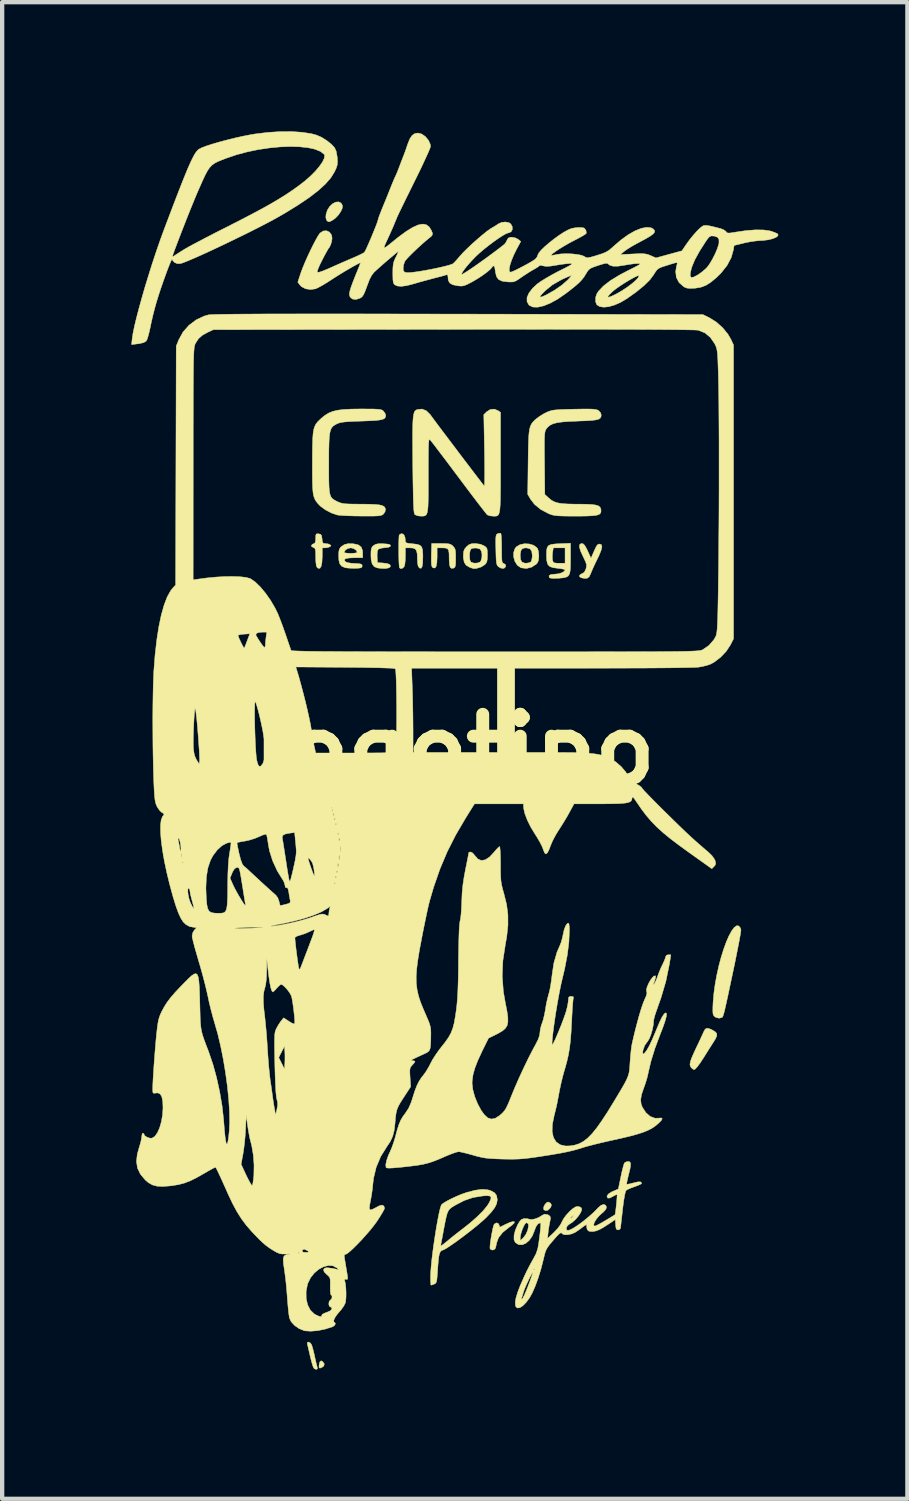
<source format=kicad_pcb>
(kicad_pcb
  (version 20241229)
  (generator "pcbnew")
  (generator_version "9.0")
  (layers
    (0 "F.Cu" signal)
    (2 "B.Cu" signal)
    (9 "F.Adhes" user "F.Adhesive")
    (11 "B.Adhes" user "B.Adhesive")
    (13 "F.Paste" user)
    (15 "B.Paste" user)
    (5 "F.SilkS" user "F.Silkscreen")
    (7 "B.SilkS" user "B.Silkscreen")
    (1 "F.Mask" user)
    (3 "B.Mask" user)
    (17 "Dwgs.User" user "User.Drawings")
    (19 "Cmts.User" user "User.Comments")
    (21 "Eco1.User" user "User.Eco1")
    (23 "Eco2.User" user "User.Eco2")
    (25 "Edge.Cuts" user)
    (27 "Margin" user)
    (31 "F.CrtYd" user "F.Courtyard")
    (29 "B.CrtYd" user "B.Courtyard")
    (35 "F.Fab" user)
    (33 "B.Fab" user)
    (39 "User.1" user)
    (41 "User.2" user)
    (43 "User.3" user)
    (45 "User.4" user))
  (footprint "logotipo"
    (layer "F.Cu")
    (at 7.506 14.371)
    (property "Reference" "logotipo" (at 0 0 0) (layer "F.SilkS") (effects (font (size 1.524 1.524) (thickness 0.3))))
    (attr through_hole)
    (fp_poly (pts (xy -3.065 14.195) (xy -3.063 14.197) (xy -3.026 14.249) (xy -3.038 14.298) (xy -3.072 14.325) (xy -3.123 14.348) (xy -3.145 14.338) (xy -3.149 14.294) (xy -3.139 14.231) (xy -3.126 14.2) (xy -3.1 14.177) (xy -3.065 14.195)) (stroke (width 0.01) (type solid)) (fill yes) (layer "F.SilkS"))
    (fp_poly (pts (xy 2.214 10.508) (xy 2.234 10.527) (xy 2.249 10.564) (xy 2.231 10.613) (xy 2.221 10.628) (xy 2.172 10.677) (xy 2.119 10.692) (xy 2.076 10.672) (xy 2.067 10.655) (xy 2.069 10.606) (xy 2.097 10.549) (xy 2.138 10.504) (xy 2.169 10.49) (xy 2.214 10.508)) (stroke (width 0.01) (type solid)) (fill yes) (layer "F.SilkS"))
    (fp_poly (pts (xy -2.638 -12.707) (xy -2.603 -12.649) (xy -2.607 -12.59) (xy -2.641 -12.513) (xy -2.697 -12.431) (xy -2.766 -12.358) (xy -2.81 -12.324) (xy -2.879 -12.283) (xy -2.922 -12.271) (xy -2.955 -12.288) (xy -2.971 -12.305) (xy -2.99 -12.365) (xy -2.985 -12.444) (xy -2.953 -12.544) (xy -2.9 -12.627) (xy -2.834 -12.69) (xy -2.762 -12.727) (xy -2.694 -12.734) (xy -2.638 -12.707)) (stroke (width 0.01) (type solid)) (fill yes) (layer "F.SilkS"))
    (fp_poly (pts (xy -3.351 13.763) (xy -3.326 13.795) (xy -3.307 13.845) (xy -3.284 13.928) (xy -3.259 14.031) (xy -3.251 14.069) (xy -3.228 14.173) (xy -3.207 14.262) (xy -3.191 14.321) (xy -3.187 14.332) (xy -3.188 14.367) (xy -3.217 14.377) (xy -3.257 14.359) (xy -3.271 14.345) (xy -3.288 14.307) (xy -3.311 14.233) (xy -3.338 14.134) (xy -3.353 14.072) (xy -3.378 13.963) (xy -3.4 13.869) (xy -3.415 13.804) (xy -3.42 13.786) (xy -3.417 13.749) (xy -3.389 13.742) (xy -3.351 13.763)) (stroke (width 0.01) (type solid)) (fill yes) (layer "F.SilkS"))
    (fp_poly (pts (xy 5.93 6.471) (xy 5.977 6.493) (xy 6.048 6.535) (xy 6.085 6.575) (xy 6.089 6.625) (xy 6.061 6.695) (xy 6 6.794) (xy 5.998 6.797) (xy 5.934 6.897) (xy 5.86 7.014) (xy 5.791 7.125) (xy 5.791 7.125) (xy 5.704 7.258) (xy 5.634 7.353) (xy 5.583 7.406) (xy 5.56 7.417) (xy 5.529 7.401) (xy 5.501 7.377) (xy 5.475 7.342) (xy 5.465 7.298) (xy 5.473 7.238) (xy 5.501 7.155) (xy 5.55 7.041) (xy 5.607 6.918) (xy 5.665 6.797) (xy 5.717 6.685) (xy 5.759 6.594) (xy 5.785 6.536) (xy 5.787 6.532) (xy 5.821 6.474) (xy 5.865 6.455) (xy 5.93 6.471)) (stroke (width 0.01) (type solid)) (fill yes) (layer "F.SilkS"))
    (fp_poly (pts (xy 1.073 -5.037) (xy 1.08 -5.009) (xy 1.086 -4.94) (xy 1.09 -4.839) (xy 1.092 -4.717) (xy 1.092 -4.688) (xy 1.093 -4.551) (xy 1.095 -4.456) (xy 1.1 -4.396) (xy 1.109 -4.361) (xy 1.124 -4.344) (xy 1.145 -4.335) (xy 1.184 -4.307) (xy 1.187 -4.266) (xy 1.157 -4.231) (xy 1.128 -4.222) (xy 1.07 -4.231) (xy 1.02 -4.26) (xy 0.998 -4.282) (xy 0.983 -4.31) (xy 0.972 -4.355) (xy 0.965 -4.424) (xy 0.961 -4.527) (xy 0.958 -4.657) (xy 0.955 -4.798) (xy 0.955 -4.895) (xy 0.959 -4.959) (xy 0.967 -4.997) (xy 0.98 -5.017) (xy 1 -5.028) (xy 1.002 -5.029) (xy 1.052 -5.04) (xy 1.073 -5.037)) (stroke (width 0.01) (type solid)) (fill yes) (layer "F.SilkS"))
    (fp_poly (pts (xy 1.39 10.95) (xy 1.383 10.979) (xy 1.332 11.029) (xy 1.26 11.082) (xy 1.116 11.197) (xy 1.021 11.318) (xy 0.979 11.43) (xy 0.963 11.503) (xy 0.95 11.561) (xy 0.949 11.563) (xy 0.918 11.598) (xy 0.87 11.606) (xy 0.83 11.585) (xy 0.823 11.572) (xy 0.821 11.531) (xy 0.828 11.453) (xy 0.842 11.353) (xy 0.86 11.245) (xy 0.88 11.143) (xy 0.899 11.06) (xy 0.917 11.01) (xy 0.92 11.005) (xy 0.968 10.975) (xy 1.013 10.987) (xy 1.034 11.024) (xy 1.046 11.064) (xy 1.051 11.074) (xy 1.073 11.064) (xy 1.128 11.037) (xy 1.179 11.011) (xy 1.285 10.963) (xy 1.356 10.944) (xy 1.39 10.95)) (stroke (width 0.01) (type solid)) (fill yes) (layer "F.SilkS"))
    (fp_poly (pts (xy -1.653 -4.795) (xy -1.559 -4.788) (xy -1.506 -4.776) (xy -1.487 -4.756) (xy -1.486 -4.75) (xy -1.502 -4.725) (xy -1.554 -4.71) (xy -1.617 -4.704) (xy -1.698 -4.693) (xy -1.759 -4.674) (xy -1.777 -4.662) (xy -1.793 -4.617) (xy -1.799 -4.542) (xy -1.798 -4.492) (xy -1.791 -4.356) (xy -1.664 -4.348) (xy -1.56 -4.334) (xy -1.501 -4.309) (xy -1.489 -4.273) (xy -1.501 -4.251) (xy -1.546 -4.23) (xy -1.625 -4.22) (xy -1.722 -4.224) (xy -1.794 -4.234) (xy -1.867 -4.264) (xy -1.914 -4.326) (xy -1.938 -4.425) (xy -1.943 -4.526) (xy -1.941 -4.623) (xy -1.932 -4.684) (xy -1.913 -4.723) (xy -1.882 -4.753) (xy -1.836 -4.781) (xy -1.777 -4.795) (xy -1.689 -4.797) (xy -1.653 -4.795)) (stroke (width 0.01) (type solid)) (fill yes) (layer "F.SilkS"))
    (fp_poly (pts (xy -0.208 -4.799) (xy -0.137 -4.793) (xy -0.09 -4.779) (xy -0.054 -4.755) (xy -0.037 -4.738) (xy -0.006 -4.703) (xy 0.013 -4.663) (xy 0.022 -4.605) (xy 0.025 -4.516) (xy 0.025 -4.461) (xy 0.024 -4.355) (xy 0.019 -4.289) (xy 0.008 -4.253) (xy -0.012 -4.235) (xy -0.029 -4.228) (xy -0.072 -4.224) (xy -0.101 -4.247) (xy -0.118 -4.304) (xy -0.126 -4.403) (xy -0.127 -4.474) (xy -0.129 -4.581) (xy -0.141 -4.648) (xy -0.17 -4.683) (xy -0.224 -4.697) (xy -0.307 -4.699) (xy -0.406 -4.699) (xy -0.406 -4.486) (xy -0.412 -4.355) (xy -0.428 -4.271) (xy -0.456 -4.232) (xy -0.496 -4.235) (xy -0.505 -4.24) (xy -0.522 -4.257) (xy -0.533 -4.288) (xy -0.54 -4.342) (xy -0.541 -4.428) (xy -0.54 -4.553) (xy -0.538 -4.604) (xy -0.533 -4.801) (xy -0.316 -4.801) (xy -0.208 -4.799)) (stroke (width 0.01) (type solid)) (fill yes) (layer "F.SilkS"))
    (fp_poly (pts (xy 6.599 4.08) (xy 6.636 4.126) (xy 6.649 4.168) (xy 6.646 4.207) (xy 6.633 4.29) (xy 6.612 4.409) (xy 6.583 4.558) (xy 6.549 4.73) (xy 6.511 4.92) (xy 6.491 5.016) (xy 6.433 5.289) (xy 6.385 5.516) (xy 6.346 5.701) (xy 6.313 5.85) (xy 6.287 5.966) (xy 6.267 6.053) (xy 6.25 6.115) (xy 6.237 6.157) (xy 6.227 6.184) (xy 6.217 6.198) (xy 6.212 6.204) (xy 6.146 6.222) (xy 6.073 6.207) (xy 6.031 6.179) (xy 6.012 6.154) (xy 6 6.117) (xy 5.996 6.059) (xy 5.997 5.97) (xy 6.002 5.856) (xy 6.02 5.649) (xy 6.049 5.436) (xy 6.088 5.222) (xy 6.135 5.011) (xy 6.188 4.81) (xy 6.247 4.622) (xy 6.308 4.453) (xy 6.371 4.309) (xy 6.433 4.195) (xy 6.493 4.115) (xy 6.549 4.075) (xy 6.599 4.08)) (stroke (width 0.01) (type solid)) (fill yes) (layer "F.SilkS"))
    (fp_poly (pts (xy -3.156 -5.025) (xy -3.111 -5.014) (xy -3.089 -4.985) (xy -3.079 -4.922) (xy -3.078 -4.909) (xy -3.07 -4.84) (xy -3.052 -4.809) (xy -3.015 -4.8) (xy -3.002 -4.8) (xy -2.936 -4.791) (xy -2.896 -4.775) (xy -2.87 -4.751) (xy -2.891 -4.728) (xy -2.896 -4.725) (xy -2.949 -4.706) (xy -3.004 -4.699) (xy -3.073 -4.699) (xy -3.073 -4.507) (xy -3.08 -4.367) (xy -3.098 -4.273) (xy -3.128 -4.225) (xy -3.169 -4.226) (xy -3.195 -4.247) (xy -3.212 -4.29) (xy -3.222 -4.375) (xy -3.226 -4.485) (xy -3.227 -4.589) (xy -3.232 -4.652) (xy -3.244 -4.687) (xy -3.265 -4.703) (xy -3.277 -4.706) (xy -3.318 -4.73) (xy -3.327 -4.75) (xy -3.306 -4.78) (xy -3.277 -4.793) (xy -3.244 -4.812) (xy -3.229 -4.854) (xy -3.226 -4.92) (xy -3.224 -4.989) (xy -3.212 -5.021) (xy -3.181 -5.027) (xy -3.156 -5.025)) (stroke (width 0.01) (type solid)) (fill yes) (layer "F.SilkS"))
    (fp_poly (pts (xy 2.988 -4.791) (xy 3.021 -4.757) (xy 3.06 -4.689) (xy 3.089 -4.629) (xy 3.168 -4.458) (xy 3.222 -4.585) (xy 3.266 -4.683) (xy 3.297 -4.744) (xy 3.323 -4.775) (xy 3.35 -4.787) (xy 3.368 -4.788) (xy 3.409 -4.773) (xy 3.421 -4.725) (xy 3.402 -4.643) (xy 3.354 -4.524) (xy 3.32 -4.454) (xy 3.265 -4.341) (xy 3.214 -4.23) (xy 3.174 -4.138) (xy 3.163 -4.108) (xy 3.126 -4.031) (xy 3.081 -3.994) (xy 3.014 -3.99) (xy 2.94 -4.005) (xy 2.901 -4.031) (xy 2.903 -4.066) (xy 2.945 -4.095) (xy 2.958 -4.1) (xy 3.011 -4.131) (xy 3.046 -4.201) (xy 3.05 -4.212) (xy 3.062 -4.264) (xy 3.062 -4.311) (xy 3.046 -4.366) (xy 3.01 -4.444) (xy 2.987 -4.491) (xy 2.927 -4.622) (xy 2.899 -4.716) (xy 2.902 -4.774) (xy 2.937 -4.799) (xy 2.953 -4.801) (xy 2.988 -4.791)) (stroke (width 0.01) (type solid)) (fill yes) (layer "F.SilkS"))
    (fp_poly (pts (xy 1.733 -4.79) (xy 1.833 -4.76) (xy 1.909 -4.705) (xy 1.93 -4.675) (xy 1.945 -4.621) (xy 1.955 -4.541) (xy 1.956 -4.502) (xy 1.949 -4.413) (xy 1.924 -4.353) (xy 1.899 -4.324) (xy 1.79 -4.252) (xy 1.67 -4.221) (xy 1.552 -4.235) (xy 1.534 -4.241) (xy 1.455 -4.298) (xy 1.4 -4.385) (xy 1.371 -4.488) (xy 1.371 -4.521) (xy 1.524 -4.521) (xy 1.533 -4.425) (xy 1.564 -4.369) (xy 1.624 -4.346) (xy 1.664 -4.343) (xy 1.729 -4.353) (xy 1.773 -4.374) (xy 1.791 -4.416) (xy 1.802 -4.488) (xy 1.803 -4.525) (xy 1.792 -4.62) (xy 1.753 -4.675) (xy 1.681 -4.697) (xy 1.645 -4.699) (xy 1.578 -4.685) (xy 1.54 -4.637) (xy 1.525 -4.55) (xy 1.524 -4.521) (xy 1.371 -4.521) (xy 1.371 -4.593) (xy 1.403 -4.685) (xy 1.434 -4.724) (xy 1.519 -4.774) (xy 1.623 -4.796) (xy 1.733 -4.79)) (stroke (width 0.01) (type solid)) (fill yes) (layer "F.SilkS"))
    (fp_poly (pts (xy -1.178 -5.006) (xy -1.151 -4.941) (xy -1.143 -4.861) (xy -1.138 -4.832) (xy -1.114 -4.814) (xy -1.062 -4.803) (xy -0.973 -4.794) (xy -0.871 -4.782) (xy -0.803 -4.759) (xy -0.763 -4.717) (xy -0.743 -4.645) (xy -0.737 -4.535) (xy -0.737 -4.485) (xy -0.741 -4.353) (xy -0.753 -4.269) (xy -0.774 -4.228) (xy -0.805 -4.228) (xy -0.824 -4.24) (xy -0.848 -4.28) (xy -0.861 -4.354) (xy -0.864 -4.437) (xy -0.868 -4.556) (xy -0.884 -4.633) (xy -0.918 -4.677) (xy -0.974 -4.696) (xy -1.03 -4.699) (xy -1.143 -4.699) (xy -1.143 -4.507) (xy -1.146 -4.407) (xy -1.155 -4.322) (xy -1.168 -4.269) (xy -1.169 -4.266) (xy -1.208 -4.226) (xy -1.253 -4.218) (xy -1.28 -4.237) (xy -1.286 -4.272) (xy -1.291 -4.345) (xy -1.295 -4.447) (xy -1.297 -4.565) (xy -1.297 -4.688) (xy -1.297 -4.805) (xy -1.294 -4.903) (xy -1.29 -4.973) (xy -1.285 -5.001) (xy -1.247 -5.025) (xy -1.221 -5.029) (xy -1.178 -5.006)) (stroke (width 0.01) (type solid)) (fill yes) (layer "F.SilkS"))
    (fp_poly (pts (xy 0.599 -4.784) (xy 0.679 -4.75) (xy 0.724 -4.72) (xy 0.749 -4.689) (xy 0.759 -4.64) (xy 0.762 -4.56) (xy 0.762 -4.533) (xy 0.759 -4.438) (xy 0.749 -4.378) (xy 0.725 -4.335) (xy 0.698 -4.307) (xy 0.613 -4.254) (xy 0.507 -4.222) (xy 0.448 -4.217) (xy 0.406 -4.228) (xy 0.344 -4.251) (xy 0.339 -4.253) (xy 0.266 -4.298) (xy 0.224 -4.363) (xy 0.205 -4.458) (xy 0.204 -4.486) (xy 0.347 -4.486) (xy 0.356 -4.414) (xy 0.378 -4.371) (xy 0.381 -4.368) (xy 0.449 -4.345) (xy 0.524 -4.346) (xy 0.587 -4.369) (xy 0.609 -4.393) (xy 0.632 -4.467) (xy 0.636 -4.55) (xy 0.621 -4.624) (xy 0.589 -4.671) (xy 0.586 -4.673) (xy 0.507 -4.696) (xy 0.424 -4.692) (xy 0.385 -4.677) (xy 0.361 -4.637) (xy 0.348 -4.567) (xy 0.347 -4.486) (xy 0.204 -4.486) (xy 0.203 -4.521) (xy 0.208 -4.608) (xy 0.229 -4.667) (xy 0.273 -4.722) (xy 0.277 -4.726) (xy 0.336 -4.775) (xy 0.398 -4.796) (xy 0.474 -4.801) (xy 0.599 -4.784)) (stroke (width 0.01) (type solid)) (fill yes) (layer "F.SilkS"))
    (fp_poly (pts (xy 2.692 -4.451) (xy 2.691 -4.293) (xy 2.685 -4.177) (xy 2.669 -4.098) (xy 2.639 -4.047) (xy 2.589 -4.018) (xy 2.516 -4.003) (xy 2.414 -3.994) (xy 2.404 -3.994) (xy 2.288 -3.99) (xy 2.218 -3.999) (xy 2.199 -4.01) (xy 2.192 -4.053) (xy 2.232 -4.079) (xy 2.32 -4.089) (xy 2.333 -4.089) (xy 2.421 -4.099) (xy 2.498 -4.125) (xy 2.551 -4.159) (xy 2.565 -4.189) (xy 2.542 -4.201) (xy 2.481 -4.214) (xy 2.396 -4.225) (xy 2.394 -4.225) (xy 2.28 -4.241) (xy 2.204 -4.27) (xy 2.16 -4.322) (xy 2.139 -4.406) (xy 2.135 -4.502) (xy 2.268 -4.502) (xy 2.272 -4.426) (xy 2.275 -4.41) (xy 2.289 -4.371) (xy 2.316 -4.351) (xy 2.369 -4.344) (xy 2.428 -4.343) (xy 2.565 -4.343) (xy 2.565 -4.699) (xy 2.292 -4.699) (xy 2.275 -4.587) (xy 2.268 -4.502) (xy 2.135 -4.502) (xy 2.134 -4.531) (xy 2.134 -4.534) (xy 2.136 -4.637) (xy 2.15 -4.708) (xy 2.182 -4.753) (xy 2.242 -4.778) (xy 2.338 -4.791) (xy 2.455 -4.797) (xy 2.692 -4.806) (xy 2.692 -4.451)) (stroke (width 0.01) (type solid)) (fill yes) (layer "F.SilkS"))
    (fp_poly (pts (xy -2.347 -4.794) (xy -2.237 -4.769) (xy -2.17 -4.719) (xy -2.138 -4.638) (xy -2.134 -4.581) (xy -2.134 -4.47) (xy -2.318 -4.47) (xy -2.444 -4.465) (xy -2.523 -4.452) (xy -2.557 -4.428) (xy -2.549 -4.393) (xy -2.542 -4.385) (xy -2.498 -4.359) (xy -2.41 -4.344) (xy -2.328 -4.338) (xy -2.233 -4.333) (xy -2.178 -4.324) (xy -2.153 -4.309) (xy -2.146 -4.284) (xy -2.146 -4.28) (xy -2.152 -4.252) (xy -2.176 -4.236) (xy -2.23 -4.228) (xy -2.311 -4.224) (xy -2.411 -4.226) (xy -2.502 -4.233) (xy -2.553 -4.243) (xy -2.623 -4.275) (xy -2.666 -4.328) (xy -2.687 -4.41) (xy -2.692 -4.512) (xy -2.69 -4.596) (xy -2.565 -4.596) (xy -2.542 -4.583) (xy -2.482 -4.575) (xy -2.413 -4.572) (xy -2.333 -4.576) (xy -2.277 -4.585) (xy -2.261 -4.596) (xy -2.283 -4.642) (xy -2.337 -4.68) (xy -2.405 -4.699) (xy -2.413 -4.699) (xy -2.481 -4.684) (xy -2.538 -4.647) (xy -2.565 -4.601) (xy -2.565 -4.596) (xy -2.69 -4.596) (xy -2.689 -4.607) (xy -2.676 -4.668) (xy -2.65 -4.71) (xy -2.636 -4.724) (xy -2.56 -4.776) (xy -2.468 -4.798) (xy -2.347 -4.794)) (stroke (width 0.01) (type solid)) (fill yes) (layer "F.SilkS"))
    (fp_poly (pts (xy 3.181 -7.922) (xy 3.249 -7.917) (xy 3.296 -7.908) (xy 3.328 -7.896) (xy 3.341 -7.889) (xy 3.391 -7.835) (xy 3.404 -7.788) (xy 3.4 -7.745) (xy 3.383 -7.713) (xy 3.348 -7.689) (xy 3.288 -7.672) (xy 3.198 -7.66) (xy 3.07 -7.651) (xy 2.898 -7.645) (xy 2.86 -7.643) (xy 2.657 -7.635) (xy 2.499 -7.623) (xy 2.377 -7.605) (xy 2.285 -7.581) (xy 2.217 -7.548) (xy 2.165 -7.505) (xy 2.132 -7.466) (xy 2.117 -7.442) (xy 2.105 -7.416) (xy 2.097 -7.38) (xy 2.091 -7.329) (xy 2.087 -7.256) (xy 2.085 -7.156) (xy 2.085 -7.022) (xy 2.086 -6.849) (xy 2.088 -6.666) (xy 2.095 -5.94) (xy 2.188 -5.855) (xy 2.248 -5.806) (xy 2.312 -5.77) (xy 2.389 -5.745) (xy 2.488 -5.728) (xy 2.617 -5.719) (xy 2.784 -5.715) (xy 2.87 -5.715) (xy 3.047 -5.713) (xy 3.18 -5.707) (xy 3.275 -5.694) (xy 3.338 -5.675) (xy 3.376 -5.646) (xy 3.395 -5.607) (xy 3.399 -5.584) (xy 3.399 -5.537) (xy 3.386 -5.501) (xy 3.352 -5.474) (xy 3.292 -5.456) (xy 3.2 -5.445) (xy 3.072 -5.439) (xy 2.901 -5.436) (xy 2.807 -5.436) (xy 2.636 -5.437) (xy 2.507 -5.439) (xy 2.41 -5.443) (xy 2.338 -5.45) (xy 2.28 -5.461) (xy 2.228 -5.477) (xy 2.18 -5.496) (xy 2 -5.591) (xy 1.855 -5.711) (xy 1.763 -5.831) (xy 1.698 -5.942) (xy 1.707 -6.686) (xy 1.71 -6.917) (xy 1.714 -7.103) (xy 1.719 -7.251) (xy 1.728 -7.366) (xy 1.741 -7.454) (xy 1.759 -7.522) (xy 1.784 -7.575) (xy 1.816 -7.619) (xy 1.856 -7.66) (xy 1.894 -7.694) (xy 1.974 -7.754) (xy 2.074 -7.815) (xy 2.132 -7.844) (xy 2.184 -7.867) (xy 2.233 -7.883) (xy 2.288 -7.896) (xy 2.358 -7.904) (xy 2.452 -7.91) (xy 2.578 -7.915) (xy 2.744 -7.919) (xy 2.775 -7.92) (xy 2.952 -7.923) (xy 3.085 -7.924) (xy 3.181 -7.922)) (stroke (width 0.01) (type solid)) (fill yes) (layer "F.SilkS"))
    (fp_poly (pts (xy 0.768 10.206) (xy 0.835 10.225) (xy 0.925 10.273) (xy 0.974 10.336) (xy 0.99 10.425) (xy 0.991 10.444) (xy 0.976 10.528) (xy 0.932 10.62) (xy 0.852 10.725) (xy 0.734 10.85) (xy 0.715 10.868) (xy 0.63 10.945) (xy 0.523 11.036) (xy 0.399 11.136) (xy 0.268 11.238) (xy 0.135 11.338) (xy 0.01 11.43) (xy -0.102 11.507) (xy -0.192 11.566) (xy -0.254 11.599) (xy -0.267 11.604) (xy -0.302 11.617) (xy -0.328 11.64) (xy -0.348 11.68) (xy -0.364 11.745) (xy -0.376 11.84) (xy -0.388 11.975) (xy -0.396 12.099) (xy -0.405 12.22) (xy -0.413 12.301) (xy -0.425 12.35) (xy -0.441 12.378) (xy -0.465 12.393) (xy -0.476 12.397) (xy -0.525 12.415) (xy -0.548 12.421) (xy -0.553 12.397) (xy -0.557 12.336) (xy -0.559 12.248) (xy -0.559 12.231) (xy -0.555 12.12) (xy -0.544 11.978) (xy -0.527 11.813) (xy -0.505 11.633) (xy -0.487 11.5) (xy -0.32 11.5) (xy -0.303 11.5) (xy -0.262 11.472) (xy -0.19 11.414) (xy -0.172 11.399) (xy -0.074 11.318) (xy 0.044 11.224) (xy 0.158 11.136) (xy 0.181 11.119) (xy 0.366 10.972) (xy 0.527 10.83) (xy 0.66 10.697) (xy 0.757 10.579) (xy 0.798 10.515) (xy 0.838 10.432) (xy 0.846 10.379) (xy 0.817 10.351) (xy 0.747 10.343) (xy 0.648 10.35) (xy 0.428 10.386) (xy 0.222 10.456) (xy 0.013 10.565) (xy -0.017 10.583) (xy -0.072 10.618) (xy -0.113 10.652) (xy -0.144 10.693) (xy -0.17 10.749) (xy -0.193 10.829) (xy -0.217 10.94) (xy -0.246 11.09) (xy -0.255 11.138) (xy -0.277 11.257) (xy -0.297 11.362) (xy -0.312 11.441) (xy -0.319 11.476) (xy -0.32 11.5) (xy -0.487 11.5) (xy -0.479 11.445) (xy -0.451 11.256) (xy -0.422 11.075) (xy -0.392 10.909) (xy -0.364 10.766) (xy -0.338 10.652) (xy -0.315 10.576) (xy -0.301 10.549) (xy -0.256 10.514) (xy -0.176 10.466) (xy -0.071 10.412) (xy 0.045 10.358) (xy 0.162 10.309) (xy 0.268 10.272) (xy 0.279 10.268) (xy 0.476 10.217) (xy 0.637 10.196) (xy 0.768 10.206)) (stroke (width 0.01) (type solid)) (fill yes) (layer "F.SilkS"))
    (fp_poly (pts (xy -2.003 -7.924) (xy -1.88 -7.923) (xy -1.793 -7.919) (xy -1.734 -7.913) (xy -1.695 -7.903) (xy -1.669 -7.889) (xy -1.651 -7.874) (xy -1.613 -7.82) (xy -1.6 -7.776) (xy -1.605 -7.738) (xy -1.623 -7.709) (xy -1.661 -7.687) (xy -1.724 -7.671) (xy -1.819 -7.659) (xy -1.952 -7.651) (xy -2.129 -7.644) (xy -2.159 -7.643) (xy -2.334 -7.637) (xy -2.467 -7.63) (xy -2.565 -7.622) (xy -2.637 -7.611) (xy -2.691 -7.597) (xy -2.733 -7.58) (xy -2.784 -7.552) (xy -2.825 -7.523) (xy -2.857 -7.485) (xy -2.881 -7.433) (xy -2.898 -7.362) (xy -2.91 -7.265) (xy -2.916 -7.137) (xy -2.92 -6.973) (xy -2.921 -6.766) (xy -2.921 -6.652) (xy -2.921 -6.432) (xy -2.92 -6.258) (xy -2.916 -6.122) (xy -2.908 -6.02) (xy -2.894 -5.944) (xy -2.874 -5.889) (xy -2.845 -5.849) (xy -2.807 -5.819) (xy -2.757 -5.791) (xy -2.71 -5.768) (xy -2.664 -5.748) (xy -2.615 -5.734) (xy -2.554 -5.724) (xy -2.472 -5.719) (xy -2.359 -5.716) (xy -2.206 -5.715) (xy -2.17 -5.715) (xy -1.986 -5.713) (xy -1.846 -5.707) (xy -1.744 -5.697) (xy -1.676 -5.68) (xy -1.633 -5.655) (xy -1.611 -5.621) (xy -1.605 -5.595) (xy -1.616 -5.537) (xy -1.649 -5.488) (xy -1.671 -5.469) (xy -1.698 -5.456) (xy -1.737 -5.447) (xy -1.798 -5.441) (xy -1.887 -5.438) (xy -2.012 -5.438) (xy -2.165 -5.438) (xy -2.321 -5.44) (xy -2.465 -5.444) (xy -2.588 -5.45) (xy -2.679 -5.457) (xy -2.724 -5.463) (xy -2.861 -5.51) (xy -2.999 -5.582) (xy -3.115 -5.667) (xy -3.142 -5.694) (xy -3.187 -5.743) (xy -3.223 -5.791) (xy -3.251 -5.842) (xy -3.272 -5.905) (xy -3.287 -5.984) (xy -3.296 -6.087) (xy -3.301 -6.219) (xy -3.303 -6.387) (xy -3.303 -6.597) (xy -3.303 -6.685) (xy -3.302 -6.914) (xy -3.299 -7.099) (xy -3.294 -7.245) (xy -3.285 -7.36) (xy -3.27 -7.449) (xy -3.249 -7.518) (xy -3.22 -7.575) (xy -3.181 -7.624) (xy -3.132 -7.673) (xy -3.094 -7.709) (xy -3.01 -7.777) (xy -2.924 -7.83) (xy -2.827 -7.869) (xy -2.713 -7.896) (xy -2.572 -7.913) (xy -2.397 -7.922) (xy -2.18 -7.925) (xy -2.169 -7.925) (xy -2.003 -7.924)) (stroke (width 0.01) (type solid)) (fill yes) (layer "F.SilkS"))
    (fp_poly (pts (xy -0.656 -7.883) (xy -0.567 -7.795) (xy -0.554 -7.778) (xy -0.525 -7.737) (xy -0.469 -7.662) (xy -0.393 -7.559) (xy -0.299 -7.434) (xy -0.191 -7.292) (xy -0.075 -7.138) (xy 0.046 -6.978) (xy 0.167 -6.817) (xy 0.286 -6.661) (xy 0.396 -6.516) (xy 0.495 -6.386) (xy 0.578 -6.278) (xy 0.641 -6.196) (xy 0.679 -6.147) (xy 0.688 -6.137) (xy 0.693 -6.155) (xy 0.696 -6.219) (xy 0.698 -6.322) (xy 0.699 -6.459) (xy 0.698 -6.624) (xy 0.696 -6.812) (xy 0.694 -6.953) (xy 0.678 -7.793) (xy 0.744 -7.859) (xy 0.83 -7.913) (xy 0.925 -7.921) (xy 1.01 -7.885) (xy 1.067 -7.846) (xy 1.067 -6.681) (xy 1.067 -6.397) (xy 1.067 -6.16) (xy 1.065 -5.966) (xy 1.063 -5.809) (xy 1.058 -5.687) (xy 1.051 -5.595) (xy 1.04 -5.528) (xy 1.026 -5.483) (xy 1.007 -5.456) (xy 0.983 -5.441) (xy 0.954 -5.436) (xy 0.918 -5.435) (xy 0.892 -5.436) (xy 0.818 -5.444) (xy 0.763 -5.464) (xy 0.758 -5.467) (xy 0.735 -5.494) (xy 0.685 -5.557) (xy 0.611 -5.652) (xy 0.517 -5.774) (xy 0.407 -5.919) (xy 0.284 -6.082) (xy 0.152 -6.258) (xy 0.102 -6.325) (xy -0.034 -6.506) (xy -0.161 -6.676) (xy -0.278 -6.83) (xy -0.379 -6.963) (xy -0.461 -7.072) (xy -0.522 -7.15) (xy -0.557 -7.194) (xy -0.562 -7.2) (xy -0.575 -7.212) (xy -0.585 -7.215) (xy -0.593 -7.205) (xy -0.599 -7.176) (xy -0.603 -7.124) (xy -0.606 -7.045) (xy -0.608 -6.933) (xy -0.609 -6.784) (xy -0.61 -6.593) (xy -0.61 -6.383) (xy -0.61 -6.139) (xy -0.61 -5.941) (xy -0.613 -5.784) (xy -0.617 -5.663) (xy -0.626 -5.574) (xy -0.638 -5.512) (xy -0.656 -5.472) (xy -0.679 -5.449) (xy -0.71 -5.439) (xy -0.748 -5.436) (xy -0.787 -5.436) (xy -0.861 -5.445) (xy -0.916 -5.468) (xy -0.922 -5.473) (xy -0.932 -5.489) (xy -0.939 -5.52) (xy -0.946 -5.57) (xy -0.951 -5.644) (xy -0.956 -5.745) (xy -0.96 -5.879) (xy -0.963 -6.049) (xy -0.967 -6.259) (xy -0.97 -6.515) (xy -0.971 -6.622) (xy -0.973 -6.907) (xy -0.975 -7.146) (xy -0.975 -7.342) (xy -0.973 -7.5) (xy -0.969 -7.625) (xy -0.962 -7.72) (xy -0.952 -7.791) (xy -0.939 -7.84) (xy -0.923 -7.873) (xy -0.902 -7.894) (xy -0.877 -7.907) (xy -0.864 -7.912) (xy -0.756 -7.923) (xy -0.656 -7.883)) (stroke (width 0.01) (type solid)) (fill yes) (layer "F.SilkS"))
    (fp_poly (pts (xy -3.536 -14.349) (xy -3.323 -14.316) (xy -3.209 -14.285) (xy -3.091 -14.234) (xy -2.968 -14.157) (xy -2.858 -14.069) (xy -2.787 -13.992) (xy -2.749 -13.908) (xy -2.727 -13.781) (xy -2.724 -13.757) (xy -2.719 -13.661) (xy -2.726 -13.588) (xy -2.749 -13.516) (xy -2.791 -13.427) (xy -2.875 -13.291) (xy -3 -13.148) (xy -3.167 -12.996) (xy -3.377 -12.834) (xy -3.632 -12.662) (xy -3.933 -12.476) (xy -4.077 -12.393) (xy -4.217 -12.315) (xy -4.387 -12.225) (xy -4.581 -12.125) (xy -4.791 -12.019) (xy -5.012 -11.911) (xy -5.236 -11.802) (xy -5.458 -11.696) (xy -5.671 -11.596) (xy -5.869 -11.505) (xy -6.045 -11.427) (xy -6.193 -11.364) (xy -6.307 -11.319) (xy -6.359 -11.302) (xy -6.436 -11.298) (xy -6.507 -11.328) (xy -6.552 -11.38) (xy -6.558 -11.4) (xy -6.569 -11.393) (xy -6.593 -11.344) (xy -6.627 -11.261) (xy -6.67 -11.151) (xy -6.718 -11.02) (xy -6.77 -10.875) (xy -6.822 -10.724) (xy -6.872 -10.572) (xy -6.917 -10.427) (xy -6.919 -10.422) (xy -6.962 -10.269) (xy -7.007 -10.094) (xy -7.046 -9.923) (xy -7.062 -9.844) (xy -7.088 -9.724) (xy -7.116 -9.618) (xy -7.141 -9.54) (xy -7.16 -9.503) (xy -7.222 -9.465) (xy -7.33 -9.44) (xy -7.351 -9.438) (xy -7.501 -9.42) (xy -7.485 -9.57) (xy -7.466 -9.691) (xy -7.432 -9.853) (xy -7.385 -10.049) (xy -7.326 -10.273) (xy -7.258 -10.518) (xy -7.183 -10.778) (xy -7.101 -11.044) (xy -7.017 -11.312) (xy -6.966 -11.464) (xy -6.553 -11.464) (xy -6.536 -11.466) (xy -6.496 -11.49) (xy -6.448 -11.522) (xy -6.371 -11.571) (xy -6.279 -11.629) (xy -6.248 -11.647) (xy -6.177 -11.688) (xy -6.068 -11.747) (xy -5.928 -11.821) (xy -5.766 -11.906) (xy -5.588 -11.998) (xy -5.403 -12.092) (xy -5.347 -12.12) (xy -5.021 -12.286) (xy -4.737 -12.433) (xy -4.49 -12.565) (xy -4.273 -12.686) (xy -4.083 -12.798) (xy -3.914 -12.903) (xy -3.761 -13.006) (xy -3.619 -13.108) (xy -3.483 -13.213) (xy -3.478 -13.217) (xy -3.349 -13.329) (xy -3.235 -13.444) (xy -3.14 -13.556) (xy -3.069 -13.658) (xy -3.027 -13.745) (xy -3.017 -13.811) (xy -3.027 -13.836) (xy -3.113 -13.904) (xy -3.241 -13.956) (xy -3.406 -13.992) (xy -3.6 -14.013) (xy -3.818 -14.019) (xy -4.055 -14.01) (xy -4.303 -13.986) (xy -4.558 -13.948) (xy -4.812 -13.895) (xy -5.06 -13.829) (xy -5.295 -13.749) (xy -5.409 -13.706) (xy -5.501 -13.668) (xy -5.575 -13.629) (xy -5.636 -13.584) (xy -5.69 -13.527) (xy -5.741 -13.451) (xy -5.794 -13.351) (xy -5.855 -13.22) (xy -5.929 -13.053) (xy -5.986 -12.922) (xy -6.03 -12.817) (xy -6.084 -12.685) (xy -6.145 -12.535) (xy -6.21 -12.372) (xy -6.276 -12.204) (xy -6.341 -12.037) (xy -6.402 -11.879) (xy -6.456 -11.737) (xy -6.501 -11.618) (xy -6.533 -11.528) (xy -6.551 -11.475) (xy -6.553 -11.464) (xy -6.966 -11.464) (xy -6.93 -11.574) (xy -6.844 -11.823) (xy -6.76 -12.054) (xy -6.756 -12.065) (xy -6.626 -12.408) (xy -6.513 -12.706) (xy -6.414 -12.963) (xy -6.328 -13.182) (xy -6.254 -13.366) (xy -6.191 -13.518) (xy -6.136 -13.642) (xy -6.089 -13.74) (xy -6.049 -13.817) (xy -6.013 -13.875) (xy -5.981 -13.917) (xy -5.95 -13.947) (xy -5.937 -13.957) (xy -5.872 -13.99) (xy -5.766 -14.031) (xy -5.627 -14.076) (xy -5.464 -14.124) (xy -5.285 -14.171) (xy -5.1 -14.217) (xy -4.916 -14.258) (xy -4.742 -14.292) (xy -4.636 -14.31) (xy -4.341 -14.346) (xy -4.053 -14.365) (xy -3.782 -14.366) (xy -3.536 -14.349)) (stroke (width 0.01) (type solid)) (fill yes) (layer "F.SilkS"))
    (fp_poly (pts (xy 4.065 9.557) (xy 4.084 9.582) (xy 4.087 9.633) (xy 4.074 9.717) (xy 4.044 9.84) (xy 4.037 9.866) (xy 4.015 9.96) (xy 4 10.033) (xy 3.996 10.073) (xy 3.997 10.077) (xy 4.026 10.076) (xy 4.089 10.064) (xy 4.152 10.047) (xy 4.254 10.023) (xy 4.316 10.022) (xy 4.342 10.046) (xy 4.343 10.058) (xy 4.321 10.076) (xy 4.263 10.103) (xy 4.181 10.134) (xy 4.178 10.135) (xy 4.089 10.167) (xy 4.018 10.199) (xy 3.98 10.222) (xy 3.965 10.259) (xy 3.948 10.339) (xy 3.928 10.454) (xy 3.909 10.596) (xy 3.902 10.658) (xy 3.886 10.798) (xy 3.872 10.922) (xy 3.861 11.02) (xy 3.854 11.083) (xy 3.852 11.1) (xy 3.827 11.131) (xy 3.797 11.138) (xy 3.765 11.13) (xy 3.748 11.097) (xy 3.739 11.026) (xy 3.739 11.017) (xy 3.731 10.897) (xy 3.586 10.995) (xy 3.46 11.077) (xy 3.363 11.131) (xy 3.284 11.162) (xy 3.214 11.175) (xy 3.188 11.176) (xy 3.12 11.168) (xy 3.085 11.138) (xy 3.076 11.119) (xy 3.065 11.058) (xy 3.069 11.024) (xy 3.06 11.016) (xy 3.022 11.037) (xy 2.983 11.065) (xy 2.902 11.126) (xy 2.819 11.183) (xy 2.794 11.198) (xy 2.72 11.23) (xy 2.636 11.249) (xy 2.561 11.251) (xy 2.51 11.235) (xy 2.502 11.227) (xy 2.483 11.207) (xy 2.458 11.209) (xy 2.42 11.237) (xy 2.363 11.295) (xy 2.282 11.389) (xy 2.279 11.392) (xy 2.205 11.48) (xy 2.155 11.549) (xy 2.12 11.614) (xy 2.094 11.691) (xy 2.068 11.797) (xy 2.058 11.84) (xy 2.004 12.051) (xy 1.94 12.257) (xy 1.871 12.446) (xy 1.801 12.605) (xy 1.743 12.71) (xy 1.664 12.818) (xy 1.587 12.897) (xy 1.517 12.943) (xy 1.461 12.952) (xy 1.423 12.922) (xy 1.414 12.899) (xy 1.408 12.824) (xy 1.42 12.746) (xy 1.554 12.746) (xy 1.569 12.742) (xy 1.589 12.712) (xy 1.622 12.646) (xy 1.662 12.552) (xy 1.697 12.465) (xy 1.74 12.352) (xy 1.777 12.251) (xy 1.803 12.174) (xy 1.813 12.141) (xy 1.812 12.128) (xy 1.794 12.153) (xy 1.765 12.206) (xy 1.729 12.278) (xy 1.69 12.36) (xy 1.653 12.442) (xy 1.622 12.517) (xy 1.601 12.575) (xy 1.599 12.581) (xy 1.578 12.654) (xy 1.559 12.711) (xy 1.556 12.718) (xy 1.554 12.746) (xy 1.42 12.746) (xy 1.424 12.723) (xy 1.463 12.591) (xy 1.526 12.426) (xy 1.616 12.223) (xy 1.624 12.205) (xy 1.683 12.081) (xy 1.698 12.052) (xy 1.829 12.052) (xy 1.841 12.065) (xy 1.854 12.052) (xy 1.841 12.04) (xy 1.829 12.052) (xy 1.698 12.052) (xy 1.749 11.953) (xy 1.811 11.841) (xy 1.828 11.811) (xy 1.893 11.688) (xy 1.932 11.569) (xy 1.952 11.455) (xy 1.976 11.277) (xy 1.991 11.144) (xy 1.999 11.052) (xy 1.999 10.997) (xy 1.992 10.974) (xy 1.988 10.973) (xy 1.936 10.997) (xy 1.889 11.064) (xy 1.856 11.151) (xy 1.805 11.277) (xy 1.736 11.378) (xy 1.655 11.448) (xy 1.57 11.483) (xy 1.486 11.48) (xy 1.412 11.432) (xy 1.408 11.428) (xy 1.379 11.361) (xy 1.38 11.321) (xy 1.524 11.321) (xy 1.524 11.389) (xy 1.598 11.318) (xy 1.655 11.242) (xy 1.696 11.148) (xy 1.7 11.134) (xy 1.717 11.044) (xy 1.709 10.993) (xy 1.675 10.973) (xy 1.664 10.973) (xy 1.637 10.995) (xy 1.604 11.052) (xy 1.571 11.13) (xy 1.543 11.215) (xy 1.526 11.291) (xy 1.524 11.321) (xy 1.38 11.321) (xy 1.38 11.265) (xy 1.409 11.148) (xy 1.463 11.022) (xy 1.467 11.014) (xy 1.512 10.938) (xy 1.551 10.897) (xy 1.597 10.879) (xy 1.619 10.876) (xy 1.69 10.877) (xy 1.743 10.892) (xy 1.793 10.897) (xy 1.868 10.882) (xy 1.947 10.852) (xy 2.013 10.814) (xy 2.027 10.802) (xy 2.092 10.772) (xy 2.166 10.786) (xy 2.195 10.803) (xy 2.222 10.832) (xy 2.227 10.875) (xy 2.215 10.936) (xy 2.198 11.02) (xy 2.181 11.125) (xy 2.173 11.187) (xy 2.158 11.337) (xy 2.304 11.2) (xy 2.395 11.104) (xy 2.461 11.013) (xy 2.486 10.962) (xy 2.527 10.883) (xy 2.543 10.862) (xy 2.692 10.862) (xy 2.705 10.869) (xy 2.739 10.837) (xy 2.746 10.827) (xy 2.768 10.797) (xy 2.755 10.803) (xy 2.737 10.817) (xy 2.702 10.848) (xy 2.692 10.862) (xy 2.543 10.862) (xy 2.59 10.797) (xy 2.666 10.714) (xy 2.743 10.645) (xy 2.812 10.602) (xy 2.849 10.592) (xy 2.911 10.605) (xy 2.945 10.629) (xy 2.952 10.673) (xy 2.926 10.738) (xy 2.876 10.815) (xy 2.809 10.893) (xy 2.734 10.961) (xy 2.66 11.009) (xy 2.617 11.046) (xy 2.595 11.093) (xy 2.598 11.133) (xy 2.63 11.151) (xy 2.631 11.151) (xy 2.688 11.134) (xy 2.773 11.088) (xy 2.877 11.019) (xy 2.992 10.934) (xy 3.109 10.838) (xy 3.221 10.739) (xy 3.317 10.642) (xy 3.337 10.621) (xy 3.403 10.565) (xy 3.463 10.546) (xy 3.508 10.565) (xy 3.526 10.608) (xy 3.513 10.659) (xy 3.459 10.719) (xy 3.432 10.742) (xy 3.356 10.811) (xy 3.294 10.884) (xy 3.251 10.953) (xy 3.23 11.009) (xy 3.238 11.043) (xy 3.259 11.049) (xy 3.294 11.036) (xy 3.367 10.998) (xy 3.469 10.94) (xy 3.596 10.864) (xy 3.725 10.785) (xy 3.731 10.759) (xy 3.74 10.696) (xy 3.75 10.611) (xy 3.76 10.517) (xy 3.768 10.428) (xy 3.773 10.357) (xy 3.774 10.32) (xy 3.773 10.318) (xy 3.747 10.323) (xy 3.694 10.349) (xy 3.67 10.364) (xy 3.599 10.398) (xy 3.556 10.398) (xy 3.553 10.396) (xy 3.538 10.353) (xy 3.57 10.305) (xy 3.647 10.255) (xy 3.681 10.24) (xy 3.802 10.188) (xy 3.861 9.901) (xy 3.886 9.784) (xy 3.911 9.684) (xy 3.932 9.613) (xy 3.944 9.582) (xy 3.987 9.557) (xy 4.029 9.55) (xy 4.065 9.557)) (stroke (width 0.01) (type solid)) (fill yes) (layer "F.SilkS"))
    (fp_poly (pts (xy 1.052 2.259) (xy 1.058 2.326) (xy 1.063 2.426) (xy 1.066 2.552) (xy 1.067 2.651) (xy 1.067 2.81) (xy 1.07 2.931) (xy 1.076 3.026) (xy 1.088 3.108) (xy 1.106 3.189) (xy 1.131 3.283) (xy 1.145 3.33) (xy 1.207 3.579) (xy 1.238 3.818) (xy 1.239 4.063) (xy 1.211 4.327) (xy 1.179 4.509) (xy 1.121 4.887) (xy 1.106 5.25) (xy 1.133 5.608) (xy 1.178 5.864) (xy 1.215 6.05) (xy 1.236 6.194) (xy 1.238 6.305) (xy 1.221 6.39) (xy 1.18 6.457) (xy 1.115 6.514) (xy 1.023 6.569) (xy 0.972 6.595) (xy 0.788 6.686) (xy 0.636 6.994) (xy 0.54 7.202) (xy 0.471 7.379) (xy 0.428 7.533) (xy 0.409 7.672) (xy 0.406 7.736) (xy 0.423 7.879) (xy 0.467 8.042) (xy 0.534 8.208) (xy 0.615 8.359) (xy 0.687 8.459) (xy 0.77 8.536) (xy 0.854 8.564) (xy 0.945 8.546) (xy 1.048 8.48) (xy 1.074 8.457) (xy 1.125 8.409) (xy 1.167 8.358) (xy 1.205 8.294) (xy 1.246 8.207) (xy 1.296 8.085) (xy 1.317 8.032) (xy 1.401 7.828) (xy 1.501 7.601) (xy 1.61 7.366) (xy 1.72 7.139) (xy 1.825 6.935) (xy 1.878 6.839) (xy 1.943 6.71) (xy 1.976 6.609) (xy 1.981 6.556) (xy 1.992 6.469) (xy 2.018 6.372) (xy 2.031 6.34) (xy 2.058 6.258) (xy 2.085 6.147) (xy 2.107 6.03) (xy 2.109 6.015) (xy 2.129 5.894) (xy 2.156 5.771) (xy 2.183 5.672) (xy 2.185 5.665) (xy 2.208 5.579) (xy 2.23 5.461) (xy 2.25 5.328) (xy 2.26 5.242) (xy 2.304 4.945) (xy 2.378 4.688) (xy 2.443 4.538) (xy 2.475 4.457) (xy 2.504 4.353) (xy 2.518 4.284) (xy 2.544 4.167) (xy 2.578 4.078) (xy 2.616 4.024) (xy 2.642 4.013) (xy 2.655 4.036) (xy 2.664 4.097) (xy 2.666 4.172) (xy 2.654 4.458) (xy 2.617 4.755) (xy 2.556 5.074) (xy 2.506 5.284) (xy 2.475 5.414) (xy 2.443 5.57) (xy 2.41 5.743) (xy 2.378 5.926) (xy 2.347 6.112) (xy 2.32 6.292) (xy 2.297 6.458) (xy 2.279 6.605) (xy 2.267 6.722) (xy 2.263 6.804) (xy 2.267 6.838) (xy 2.279 6.828) (xy 2.306 6.779) (xy 2.343 6.7) (xy 2.387 6.598) (xy 2.435 6.482) (xy 2.484 6.361) (xy 2.528 6.243) (xy 2.566 6.137) (xy 2.594 6.051) (xy 2.595 6.046) (xy 2.62 5.947) (xy 2.636 5.854) (xy 2.642 5.798) (xy 2.647 5.741) (xy 2.671 5.718) (xy 2.708 5.715) (xy 2.754 5.722) (xy 2.761 5.748) (xy 2.757 5.758) (xy 2.751 5.796) (xy 2.744 5.876) (xy 2.735 5.99) (xy 2.727 6.13) (xy 2.719 6.286) (xy 2.718 6.311) (xy 2.705 6.549) (xy 2.69 6.747) (xy 2.669 6.919) (xy 2.642 7.076) (xy 2.607 7.23) (xy 2.562 7.393) (xy 2.554 7.417) (xy 2.513 7.563) (xy 2.475 7.717) (xy 2.438 7.89) (xy 2.399 8.097) (xy 2.391 8.141) (xy 2.37 8.246) (xy 2.34 8.372) (xy 2.312 8.482) (xy 2.271 8.683) (xy 2.265 8.854) (xy 2.294 8.991) (xy 2.357 9.094) (xy 2.452 9.161) (xy 2.58 9.19) (xy 2.68 9.187) (xy 2.79 9.169) (xy 2.893 9.136) (xy 2.991 9.083) (xy 3.088 9.008) (xy 3.19 8.905) (xy 3.298 8.773) (xy 3.416 8.606) (xy 3.55 8.402) (xy 3.701 8.155) (xy 3.71 8.141) (xy 3.813 7.969) (xy 3.894 7.833) (xy 3.954 7.726) (xy 3.998 7.639) (xy 4.028 7.566) (xy 4.048 7.499) (xy 4.06 7.43) (xy 4.067 7.351) (xy 4.073 7.256) (xy 4.074 7.239) (xy 4.084 7.103) (xy 4.098 6.969) (xy 4.113 6.854) (xy 4.125 6.795) (xy 4.176 6.576) (xy 4.229 6.368) (xy 4.281 6.177) (xy 4.33 6.013) (xy 4.374 5.882) (xy 4.411 5.792) (xy 4.412 5.79) (xy 4.453 5.697) (xy 4.467 5.636) (xy 4.459 5.605) (xy 4.454 5.561) (xy 4.471 5.495) (xy 4.503 5.419) (xy 4.545 5.343) (xy 4.59 5.281) (xy 4.631 5.242) (xy 4.663 5.239) (xy 4.665 5.241) (xy 4.667 5.272) (xy 4.652 5.333) (xy 4.64 5.365) (xy 4.618 5.426) (xy 4.617 5.445) (xy 4.635 5.426) (xy 4.635 5.425) (xy 4.664 5.374) (xy 4.698 5.295) (xy 4.714 5.248) (xy 4.751 5.15) (xy 4.798 5.038) (xy 4.83 4.973) (xy 4.868 4.891) (xy 4.894 4.823) (xy 4.902 4.789) (xy 4.924 4.757) (xy 4.962 4.75) (xy 5.022 4.75) (xy 4.987 4.971) (xy 4.905 5.369) (xy 4.793 5.748) (xy 4.786 5.769) (xy 4.745 5.883) (xy 4.704 6.001) (xy 4.671 6.094) (xy 4.644 6.179) (xy 4.626 6.252) (xy 4.622 6.284) (xy 4.613 6.384) (xy 4.59 6.497) (xy 4.557 6.608) (xy 4.52 6.7) (xy 4.485 6.755) (xy 4.415 6.853) (xy 4.375 6.962) (xy 4.369 7.016) (xy 4.372 7.052) (xy 4.389 7.049) (xy 4.418 7.024) (xy 4.463 6.966) (xy 4.521 6.863) (xy 4.589 6.719) (xy 4.666 6.537) (xy 4.696 6.464) (xy 4.762 6.308) (xy 4.819 6.192) (xy 4.867 6.121) (xy 4.904 6.096) (xy 4.905 6.096) (xy 4.922 6.117) (xy 4.916 6.182) (xy 4.887 6.29) (xy 4.834 6.443) (xy 4.773 6.598) (xy 4.651 6.925) (xy 4.559 7.222) (xy 4.497 7.486) (xy 4.495 7.497) (xy 4.47 7.605) (xy 4.432 7.732) (xy 4.392 7.844) (xy 4.341 7.993) (xy 4.321 8.113) (xy 4.331 8.214) (xy 4.359 8.288) (xy 4.443 8.417) (xy 4.542 8.503) (xy 4.652 8.544) (xy 4.734 8.543) (xy 4.798 8.538) (xy 4.822 8.554) (xy 4.803 8.592) (xy 4.742 8.655) (xy 4.721 8.674) (xy 4.651 8.732) (xy 4.574 8.783) (xy 4.483 8.829) (xy 4.373 8.873) (xy 4.237 8.916) (xy 4.069 8.962) (xy 3.863 9.011) (xy 3.619 9.065) (xy 3.457 9.102) (xy 3.297 9.14) (xy 3.152 9.177) (xy 3.034 9.209) (xy 2.972 9.228) (xy 2.854 9.265) (xy 2.731 9.298) (xy 2.594 9.329) (xy 2.435 9.36) (xy 2.244 9.393) (xy 2.014 9.429) (xy 1.956 9.438) (xy 1.774 9.464) (xy 1.626 9.482) (xy 1.494 9.492) (xy 1.363 9.496) (xy 1.215 9.495) (xy 1.105 9.493) (xy 0.941 9.487) (xy 0.813 9.479) (xy 0.708 9.468) (xy 0.613 9.45) (xy 0.512 9.426) (xy 0.425 9.401) (xy 0.309 9.369) (xy 0.205 9.343) (xy 0.127 9.326) (xy 0.092 9.322) (xy 0.044 9.332) (xy -0.036 9.359) (xy -0.138 9.398) (xy -0.219 9.432) (xy -0.372 9.499) (xy -0.5 9.549) (xy -0.616 9.586) (xy -0.733 9.615) (xy -0.864 9.638) (xy -1.025 9.658) (xy -1.152 9.673) (xy -1.313 9.689) (xy -1.431 9.699) (xy -1.511 9.703) (xy -1.56 9.701) (xy -1.586 9.694) (xy -1.593 9.685) (xy -1.598 9.62) (xy -1.578 9.524) (xy -1.538 9.409) (xy -1.498 9.321) (xy -1.456 9.224) (xy -1.413 9.102) (xy -1.376 8.979) (xy -1.372 8.963) (xy -1.33 8.804) (xy -1.29 8.682) (xy -1.248 8.585) (xy -1.197 8.5) (xy -1.141 8.424) (xy -1.067 8.312) (xy -1.007 8.174) (xy -0.977 8.08) (xy -0.925 7.915) (xy -0.876 7.787) (xy -0.824 7.684) (xy -0.764 7.593) (xy -0.725 7.546) (xy -0.663 7.459) (xy -0.599 7.352) (xy -0.559 7.274) (xy -0.511 7.183) (xy -0.44 7.072) (xy -0.36 6.959) (xy -0.318 6.905) (xy -0.218 6.778) (xy -0.142 6.67) (xy -0.086 6.569) (xy -0.044 6.462) (xy -0.011 6.34) (xy 0.016 6.189) (xy 0.041 6.02) (xy 0.055 5.893) (xy 0.067 5.747) (xy 0.076 5.574) (xy 0.083 5.369) (xy 0.088 5.124) (xy 0.09 4.877) (xy 0.094 4.597) (xy 0.099 4.367) (xy 0.105 4.188) (xy 0.113 4.059) (xy 0.123 3.981) (xy 0.127 3.962) (xy 0.139 3.904) (xy 0.15 3.808) (xy 0.159 3.685) (xy 0.165 3.549) (xy 0.166 3.518) (xy 0.174 3.318) (xy 0.192 3.132) (xy 0.221 2.938) (xy 0.252 2.773) (xy 0.279 2.639) (xy 0.302 2.523) (xy 0.319 2.435) (xy 0.329 2.383) (xy 0.33 2.373) (xy 0.351 2.364) (xy 0.375 2.363) (xy 0.416 2.384) (xy 0.462 2.434) (xy 0.47 2.445) (xy 0.542 2.527) (xy 0.624 2.56) (xy 0.715 2.543) (xy 0.814 2.477) (xy 0.911 2.373) (xy 0.969 2.305) (xy 1.017 2.255) (xy 1.044 2.235) (xy 1.044 2.235) (xy 1.052 2.259)) (stroke (width 0.01) (type solid)) (fill yes) (layer "F.SilkS"))
    (fp_poly (pts (xy -0.763 -14.309) (xy -0.679 -14.25) (xy -0.609 -14.167) (xy -0.566 -14.074) (xy -0.559 -14.021) (xy -0.57 -13.984) (xy -0.601 -13.907) (xy -0.65 -13.797) (xy -0.714 -13.659) (xy -0.789 -13.499) (xy -0.875 -13.323) (xy -0.931 -13.209) (xy -1.022 -13.025) (xy -1.107 -12.853) (xy -1.183 -12.698) (xy -1.246 -12.568) (xy -1.295 -12.467) (xy -1.325 -12.402) (xy -1.334 -12.383) (xy -1.428 -12.155) (xy -1.518 -11.952) (xy -1.577 -11.825) (xy -1.613 -11.747) (xy -1.634 -11.689) (xy -1.638 -11.663) (xy -1.615 -11.672) (xy -1.564 -11.706) (xy -1.509 -11.75) (xy -1.301 -11.918) (xy -1.124 -12.048) (xy -0.973 -12.141) (xy -0.848 -12.197) (xy -0.745 -12.218) (xy -0.662 -12.205) (xy -0.595 -12.158) (xy -0.548 -12.087) (xy -0.517 -12.016) (xy -0.514 -11.971) (xy -0.544 -11.932) (xy -0.578 -11.904) (xy -0.666 -11.832) (xy -0.766 -11.744) (xy -0.869 -11.65) (xy -0.968 -11.556) (xy -1.054 -11.47) (xy -1.119 -11.4) (xy -1.155 -11.355) (xy -1.156 -11.352) (xy -1.183 -11.274) (xy -1.194 -11.193) (xy -1.188 -11.132) (xy -1.161 -11.103) (xy -1.117 -11.091) (xy -1.06 -11.09) (xy -0.963 -11.099) (xy -0.838 -11.116) (xy -0.695 -11.14) (xy -0.543 -11.168) (xy -0.394 -11.199) (xy -0.258 -11.23) (xy -0.145 -11.259) (xy -0.065 -11.285) (xy -0.039 -11.297) (xy -0.009 -11.324) (xy 0.044 -11.381) (xy 0.108 -11.455) (xy 0.125 -11.475) (xy 0.198 -11.556) (xy 0.296 -11.653) (xy 0.409 -11.76) (xy 0.529 -11.866) (xy 0.646 -11.966) (xy 0.75 -12.05) (xy 0.834 -12.11) (xy 0.869 -12.131) (xy 0.945 -12.175) (xy 1.012 -12.22) (xy 1.013 -12.221) (xy 1.09 -12.257) (xy 1.179 -12.267) (xy 1.261 -12.251) (xy 1.304 -12.222) (xy 1.339 -12.157) (xy 1.34 -12.09) (xy 1.31 -12.038) (xy 1.254 -12.014) (xy 1.249 -12.014) (xy 1.202 -11.999) (xy 1.124 -11.955) (xy 1.024 -11.891) (xy 0.911 -11.811) (xy 0.791 -11.721) (xy 0.673 -11.627) (xy 0.566 -11.535) (xy 0.485 -11.459) (xy 0.393 -11.363) (xy 0.309 -11.269) (xy 0.24 -11.184) (xy 0.189 -11.114) (xy 0.163 -11.067) (xy 0.167 -11.049) (xy 0.168 -11.049) (xy 0.2 -11.064) (xy 0.266 -11.104) (xy 0.359 -11.165) (xy 0.473 -11.243) (xy 0.6 -11.333) (xy 0.734 -11.429) (xy 0.867 -11.527) (xy 0.994 -11.622) (xy 1.108 -11.71) (xy 1.158 -11.75) (xy 1.192 -11.793) (xy 1.218 -11.845) (xy 1.246 -11.893) (xy 1.295 -11.911) (xy 1.33 -11.913) (xy 1.412 -11.897) (xy 1.477 -11.863) (xy 1.537 -11.814) (xy 1.443 -11.641) (xy 1.374 -11.502) (xy 1.321 -11.374) (xy 1.285 -11.263) (xy 1.268 -11.175) (xy 1.272 -11.119) (xy 1.298 -11.1) (xy 1.336 -11.112) (xy 1.406 -11.143) (xy 1.498 -11.189) (xy 1.599 -11.242) (xy 1.7 -11.296) (xy 1.788 -11.347) (xy 1.852 -11.388) (xy 1.875 -11.405) (xy 1.915 -11.454) (xy 1.93 -11.494) (xy 1.951 -11.541) (xy 2.006 -11.609) (xy 2.089 -11.69) (xy 2.192 -11.779) (xy 2.305 -11.869) (xy 2.422 -11.954) (xy 2.535 -12.028) (xy 2.635 -12.083) (xy 2.712 -12.115) (xy 2.807 -12.133) (xy 2.902 -12.14) (xy 2.979 -12.134) (xy 3.012 -12.122) (xy 3.048 -12.076) (xy 3.059 -12.021) (xy 3.052 -11.996) (xy 3.024 -11.974) (xy 2.96 -11.936) (xy 2.869 -11.886) (xy 2.769 -11.834) (xy 2.659 -11.776) (xy 2.548 -11.712) (xy 2.442 -11.648) (xy 2.351 -11.588) (xy 2.283 -11.538) (xy 2.245 -11.504) (xy 2.242 -11.491) (xy 2.269 -11.492) (xy 2.328 -11.502) (xy 2.363 -11.51) (xy 2.467 -11.525) (xy 2.592 -11.53) (xy 2.723 -11.526) (xy 2.845 -11.513) (xy 2.945 -11.494) (xy 3.005 -11.47) (xy 3.039 -11.449) (xy 3.072 -11.438) (xy 3.114 -11.44) (xy 3.178 -11.454) (xy 3.275 -11.482) (xy 3.309 -11.493) (xy 3.429 -11.531) (xy 3.515 -11.567) (xy 3.586 -11.61) (xy 3.657 -11.67) (xy 3.683 -11.694) (xy 3.857 -11.844) (xy 4.026 -11.967) (xy 4.186 -12.059) (xy 4.332 -12.118) (xy 4.459 -12.143) (xy 4.562 -12.132) (xy 4.608 -12.108) (xy 4.642 -12.072) (xy 4.646 -12.035) (xy 4.614 -11.992) (xy 4.545 -11.94) (xy 4.433 -11.874) (xy 4.339 -11.824) (xy 4.218 -11.759) (xy 4.103 -11.694) (xy 4.009 -11.635) (xy 3.947 -11.592) (xy 3.946 -11.591) (xy 3.848 -11.51) (xy 4.141 -11.524) (xy 4.273 -11.53) (xy 4.367 -11.53) (xy 4.436 -11.524) (xy 4.493 -11.51) (xy 4.551 -11.487) (xy 4.555 -11.485) (xy 4.675 -11.432) (xy 4.977 -11.515) (xy 5.279 -11.597) (xy 5.371 -11.734) (xy 5.457 -11.854) (xy 5.548 -11.966) (xy 5.635 -12.063) (xy 5.711 -12.136) (xy 5.769 -12.177) (xy 5.782 -12.182) (xy 5.818 -12.188) (xy 5.864 -12.185) (xy 5.93 -12.174) (xy 6.025 -12.152) (xy 6.159 -12.118) (xy 6.179 -12.113) (xy 6.249 -12.085) (xy 6.298 -12.05) (xy 6.303 -12.043) (xy 6.321 -12.02) (xy 6.348 -12.01) (xy 6.396 -12.011) (xy 6.477 -12.023) (xy 6.525 -12.031) (xy 6.772 -12.067) (xy 6.991 -12.084) (xy 7.177 -12.081) (xy 7.323 -12.06) (xy 7.35 -12.052) (xy 7.43 -12.024) (xy 7.488 -11.998) (xy 7.509 -11.983) (xy 7.508 -11.946) (xy 7.464 -11.91) (xy 7.386 -11.878) (xy 7.284 -11.853) (xy 7.165 -11.838) (xy 7.099 -11.835) (xy 7.002 -11.827) (xy 6.878 -11.81) (xy 6.751 -11.785) (xy 6.718 -11.777) (xy 6.49 -11.721) (xy 6.474 -11.62) (xy 6.423 -11.439) (xy 6.326 -11.257) (xy 6.186 -11.08) (xy 6.077 -10.973) (xy 5.949 -10.867) (xy 5.835 -10.795) (xy 5.721 -10.752) (xy 5.593 -10.73) (xy 5.567 -10.728) (xy 5.466 -10.724) (xy 5.397 -10.731) (xy 5.341 -10.752) (xy 5.315 -10.768) (xy 5.211 -10.861) (xy 5.15 -10.978) (xy 5.146 -11.007) (xy 5.471 -11.007) (xy 5.497 -10.978) (xy 5.553 -10.988) (xy 5.642 -11.035) (xy 5.668 -11.051) (xy 5.753 -11.113) (xy 5.833 -11.182) (xy 5.865 -11.215) (xy 5.925 -11.297) (xy 5.99 -11.408) (xy 6.052 -11.531) (xy 6.102 -11.65) (xy 6.133 -11.749) (xy 6.139 -11.776) (xy 6.139 -11.861) (xy 6.107 -11.911) (xy 6.037 -11.937) (xy 6.003 -11.941) (xy 5.956 -11.942) (xy 5.919 -11.925) (xy 5.879 -11.882) (xy 5.829 -11.81) (xy 5.685 -11.584) (xy 5.578 -11.389) (xy 5.511 -11.227) (xy 5.5 -11.192) (xy 5.473 -11.078) (xy 5.471 -11.007) (xy 5.146 -11.007) (xy 5.133 -11.117) (xy 5.155 -11.249) (xy 5.167 -11.287) (xy 5.17 -11.311) (xy 5.158 -11.321) (xy 5.123 -11.317) (xy 5.057 -11.299) (xy 4.953 -11.266) (xy 4.901 -11.25) (xy 4.804 -11.218) (xy 4.741 -11.19) (xy 4.697 -11.154) (xy 4.658 -11.1) (xy 4.623 -11.043) (xy 4.534 -10.923) (xy 4.397 -10.788) (xy 4.213 -10.638) (xy 3.999 -10.486) (xy 3.853 -10.399) (xy 3.71 -10.337) (xy 3.577 -10.299) (xy 3.461 -10.288) (xy 3.368 -10.303) (xy 3.303 -10.344) (xy 3.274 -10.413) (xy 3.274 -10.422) (xy 3.277 -10.522) (xy 3.281 -10.535) (xy 3.56 -10.535) (xy 3.567 -10.519) (xy 3.617 -10.531) (xy 3.708 -10.572) (xy 3.776 -10.607) (xy 3.893 -10.675) (xy 4.011 -10.754) (xy 4.118 -10.834) (xy 4.204 -10.908) (xy 4.258 -10.967) (xy 4.261 -10.972) (xy 4.28 -11.011) (xy 4.278 -11.024) (xy 4.233 -11.01) (xy 4.158 -10.973) (xy 4.062 -10.92) (xy 3.956 -10.856) (xy 3.851 -10.788) (xy 3.756 -10.722) (xy 3.683 -10.666) (xy 3.67 -10.654) (xy 3.594 -10.58) (xy 3.56 -10.535) (xy 3.281 -10.535) (xy 3.304 -10.601) (xy 3.345 -10.663) (xy 3.459 -10.783) (xy 3.622 -10.908) (xy 3.834 -11.037) (xy 4.026 -11.138) (xy 4.153 -11.201) (xy 4.239 -11.246) (xy 4.289 -11.275) (xy 4.306 -11.291) (xy 4.297 -11.299) (xy 4.265 -11.302) (xy 4.255 -11.302) (xy 4.18 -11.298) (xy 4.076 -11.285) (xy 3.964 -11.266) (xy 3.95 -11.264) (xy 3.793 -11.24) (xy 3.678 -11.24) (xy 3.602 -11.263) (xy 3.571 -11.289) (xy 3.551 -11.305) (xy 3.517 -11.307) (xy 3.459 -11.296) (xy 3.367 -11.268) (xy 3.333 -11.257) (xy 3.23 -11.222) (xy 3.163 -11.193) (xy 3.118 -11.161) (xy 3.082 -11.116) (xy 3.05 -11.062) (xy 3.004 -10.988) (xy 2.951 -10.921) (xy 2.885 -10.852) (xy 2.798 -10.776) (xy 2.682 -10.683) (xy 2.573 -10.6) (xy 2.393 -10.476) (xy 2.222 -10.382) (xy 2.067 -10.319) (xy 1.93 -10.288) (xy 1.819 -10.291) (xy 1.736 -10.33) (xy 1.727 -10.338) (xy 1.682 -10.416) (xy 1.681 -10.509) (xy 1.695 -10.542) (xy 1.986 -10.542) (xy 1.987 -10.521) (xy 2.028 -10.529) (xy 2.111 -10.566) (xy 2.138 -10.579) (xy 2.324 -10.684) (xy 2.492 -10.801) (xy 2.626 -10.919) (xy 2.628 -10.92) (xy 2.678 -10.976) (xy 2.706 -11.013) (xy 2.708 -11.024) (xy 2.677 -11.013) (xy 2.612 -10.986) (xy 2.524 -10.947) (xy 2.479 -10.926) (xy 2.27 -10.806) (xy 2.107 -10.673) (xy 2.026 -10.592) (xy 1.986 -10.542) (xy 1.695 -10.542) (xy 1.724 -10.613) (xy 1.809 -10.725) (xy 1.915 -10.824) (xy 1.995 -10.882) (xy 2.109 -10.953) (xy 2.242 -11.03) (xy 2.381 -11.105) (xy 2.424 -11.127) (xy 2.556 -11.193) (xy 2.647 -11.24) (xy 2.702 -11.272) (xy 2.724 -11.291) (xy 2.719 -11.3) (xy 2.691 -11.303) (xy 2.678 -11.303) (xy 2.606 -11.298) (xy 2.504 -11.286) (xy 2.389 -11.268) (xy 2.356 -11.262) (xy 2.229 -11.242) (xy 2.139 -11.236) (xy 2.075 -11.243) (xy 2.058 -11.248) (xy 1.995 -11.261) (xy 1.967 -11.25) (xy 1.938 -11.225) (xy 1.878 -11.187) (xy 1.833 -11.162) (xy 1.752 -11.115) (xy 1.651 -11.05) (xy 1.552 -10.984) (xy 1.55 -10.982) (xy 1.466 -10.924) (xy 1.406 -10.89) (xy 1.352 -10.875) (xy 1.287 -10.873) (xy 1.226 -10.876) (xy 1.104 -10.893) (xy 1.022 -10.931) (xy 0.974 -10.996) (xy 0.949 -11.097) (xy 0.946 -11.123) (xy 0.932 -11.211) (xy 0.912 -11.249) (xy 0.885 -11.237) (xy 0.871 -11.216) (xy 0.829 -11.168) (xy 0.752 -11.102) (xy 0.651 -11.028) (xy 0.536 -10.952) (xy 0.417 -10.882) (xy 0.4 -10.873) (xy 0.302 -10.822) (xy 0.232 -10.792) (xy 0.175 -10.779) (xy 0.116 -10.78) (xy 0.07 -10.785) (xy -0.043 -10.809) (xy -0.113 -10.85) (xy -0.147 -10.913) (xy -0.152 -10.967) (xy -0.157 -11.025) (xy -0.175 -11.043) (xy -0.193 -11.039) (xy -0.234 -11.026) (xy -0.312 -11.004) (xy -0.413 -10.978) (xy -0.479 -10.961) (xy -0.617 -10.924) (xy -0.769 -10.883) (xy -0.905 -10.844) (xy -0.938 -10.834) (xy -1.105 -10.79) (xy -1.234 -10.772) (xy -1.329 -10.78) (xy -1.386 -10.806) (xy -1.409 -10.829) (xy -1.424 -10.865) (xy -1.432 -10.925) (xy -1.434 -11.019) (xy -1.435 -11.079) (xy -1.433 -11.198) (xy -1.425 -11.283) (xy -1.408 -11.351) (xy -1.38 -11.418) (xy -1.364 -11.449) (xy -1.329 -11.52) (xy -1.309 -11.568) (xy -1.307 -11.582) (xy -1.329 -11.567) (xy -1.382 -11.524) (xy -1.456 -11.462) (xy -1.544 -11.388) (xy -1.637 -11.308) (xy -1.727 -11.229) (xy -1.805 -11.159) (xy -1.865 -11.104) (xy -1.871 -11.098) (xy -1.925 -11.029) (xy -1.979 -10.925) (xy -2.034 -10.779) (xy -2.077 -10.662) (xy -2.112 -10.583) (xy -2.145 -10.534) (xy -2.181 -10.505) (xy -2.188 -10.501) (xy -2.285 -10.468) (xy -2.367 -10.476) (xy -2.422 -10.518) (xy -2.438 -10.552) (xy -2.443 -10.596) (xy -2.433 -10.658) (xy -2.408 -10.743) (xy -2.366 -10.859) (xy -2.306 -11.013) (xy -2.287 -11.06) (xy -2.245 -11.163) (xy -2.211 -11.247) (xy -2.19 -11.302) (xy -2.184 -11.319) (xy -2.205 -11.314) (xy -2.26 -11.287) (xy -2.342 -11.242) (xy -2.443 -11.184) (xy -2.556 -11.118) (xy -2.672 -11.047) (xy -2.783 -10.977) (xy -2.857 -10.929) (xy -2.97 -10.856) (xy -3.077 -10.792) (xy -3.167 -10.743) (xy -3.227 -10.715) (xy -3.23 -10.714) (xy -3.348 -10.698) (xy -3.461 -10.716) (xy -3.553 -10.764) (xy -3.589 -10.8) (xy -3.641 -10.869) (xy -3.572 -11.08) (xy -3.533 -11.186) (xy -3.48 -11.315) (xy -3.418 -11.456) (xy -3.351 -11.599) (xy -3.284 -11.735) (xy -3.221 -11.855) (xy -3.168 -11.948) (xy -3.129 -12.004) (xy -3.126 -12.008) (xy -3.051 -12.057) (xy -2.973 -12.063) (xy -2.905 -12.031) (xy -2.858 -11.966) (xy -2.845 -11.893) (xy -2.854 -11.818) (xy -2.878 -11.739) (xy -2.908 -11.677) (xy -2.923 -11.659) (xy -2.941 -11.632) (xy -2.976 -11.57) (xy -3.024 -11.482) (xy -3.074 -11.385) (xy -3.136 -11.261) (xy -3.174 -11.169) (xy -3.189 -11.114) (xy -3.186 -11.1) (xy -3.151 -11.099) (xy -3.077 -11.122) (xy -2.968 -11.166) (xy -2.908 -11.192) (xy -2.768 -11.255) (xy -2.607 -11.326) (xy -2.452 -11.393) (xy -2.389 -11.42) (xy -2.279 -11.467) (xy -2.186 -11.511) (xy -2.12 -11.545) (xy -2.093 -11.563) (xy -2.074 -11.597) (xy -2.04 -11.667) (xy -1.997 -11.764) (xy -1.948 -11.877) (xy -1.899 -11.995) (xy -1.853 -12.108) (xy -1.814 -12.206) (xy -1.788 -12.279) (xy -1.778 -12.316) (xy -1.778 -12.316) (xy -1.769 -12.351) (xy -1.744 -12.421) (xy -1.708 -12.513) (xy -1.687 -12.567) (xy -1.634 -12.696) (xy -1.573 -12.845) (xy -1.515 -12.99) (xy -1.498 -13.034) (xy -1.454 -13.142) (xy -1.415 -13.236) (xy -1.386 -13.303) (xy -1.374 -13.327) (xy -1.353 -13.373) (xy -1.321 -13.451) (xy -1.285 -13.544) (xy -1.282 -13.551) (xy -1.245 -13.65) (xy -1.21 -13.741) (xy -1.185 -13.804) (xy -1.185 -13.805) (xy -1.161 -13.867) (xy -1.128 -13.958) (xy -1.094 -14.06) (xy -1.091 -14.069) (xy -1.041 -14.195) (xy -0.987 -14.276) (xy -0.924 -14.32) (xy -0.851 -14.332) (xy -0.763 -14.309)) (stroke (width 0.01) (type solid)) (fill yes) (layer "F.SilkS"))
    (fp_poly (pts (xy -2.748 -10.132) (xy -2.266 -10.132) (xy -1.739 -10.131) (xy -1.165 -10.13) (xy -0.544 -10.129) (xy 0.086 -10.128) (xy 5.764 -10.117) (xy 5.925 -10.038) (xy 6.08 -9.94) (xy 6.225 -9.81) (xy 6.346 -9.662) (xy 6.414 -9.546) (xy 6.477 -9.411) (xy 6.477 -6) (xy 6.477 -2.589) (xy 6.402 -2.441) (xy 6.308 -2.298) (xy 6.18 -2.163) (xy 6.035 -2.051) (xy 5.954 -2.005) (xy 5.867 -1.973) (xy 5.755 -1.945) (xy 5.656 -1.928) (xy 5.602 -1.925) (xy 5.502 -1.922) (xy 5.359 -1.919) (xy 5.178 -1.916) (xy 4.964 -1.913) (xy 4.72 -1.911) (xy 4.451 -1.909) (xy 4.161 -1.908) (xy 3.854 -1.907) (xy 3.534 -1.906) (xy 3.435 -1.906) (xy 1.397 -1.905) (xy 1.397 0.051) (xy 2.246 0.051) (xy 2.52 0.052) (xy 2.749 0.054) (xy 2.939 0.06) (xy 3.096 0.068) (xy 3.225 0.08) (xy 3.333 0.097) (xy 3.426 0.118) (xy 3.509 0.145) (xy 3.588 0.179) (xy 3.619 0.193) (xy 3.746 0.274) (xy 3.87 0.382) (xy 3.973 0.504) (xy 4.036 0.611) (xy 4.08 0.684) (xy 4.145 0.74) (xy 4.213 0.778) (xy 4.283 0.817) (xy 4.331 0.852) (xy 4.343 0.869) (xy 4.361 0.893) (xy 4.41 0.948) (xy 4.487 1.029) (xy 4.587 1.132) (xy 4.706 1.252) (xy 4.839 1.385) (xy 4.896 1.441) (xy 5.079 1.621) (xy 5.234 1.772) (xy 5.367 1.9) (xy 5.486 2.011) (xy 5.597 2.111) (xy 5.707 2.208) (xy 5.823 2.308) (xy 5.9 2.373) (xy 5.976 2.448) (xy 6.031 2.525) (xy 6.048 2.56) (xy 6.063 2.623) (xy 6.053 2.665) (xy 6.024 2.699) (xy 5.973 2.751) (xy 5.444 2.374) (xy 5.207 2.202) (xy 5.008 2.051) (xy 4.84 1.913) (xy 4.695 1.782) (xy 4.569 1.652) (xy 4.453 1.517) (xy 4.342 1.371) (xy 4.229 1.206) (xy 4.177 1.13) (xy 4.145 1.091) (xy 4.129 1.085) (xy 4.121 1.108) (xy 4.12 1.122) (xy 4.111 1.158) (xy 4.09 1.186) (xy 4.051 1.207) (xy 3.989 1.223) (xy 3.899 1.233) (xy 3.775 1.24) (xy 3.611 1.243) (xy 3.404 1.245) (xy 3.364 1.245) (xy 2.773 1.245) (xy 2.667 1.441) (xy 2.601 1.558) (xy 2.52 1.692) (xy 2.441 1.817) (xy 2.424 1.843) (xy 2.356 1.952) (xy 2.293 2.067) (xy 2.247 2.167) (xy 2.236 2.195) (xy 2.19 2.315) (xy 2.152 2.385) (xy 2.119 2.408) (xy 2.09 2.384) (xy 2.062 2.315) (xy 2.057 2.299) (xy 2.03 2.231) (xy 1.981 2.135) (xy 1.918 2.026) (xy 1.864 1.942) (xy 1.767 1.781) (xy 1.688 1.621) (xy 1.632 1.473) (xy 1.603 1.348) (xy 1.6 1.305) (xy 1.6 1.245) (xy 0.462 1.245) (xy 0.26 1.568) (xy 0.028 1.964) (xy -0.17 2.355) (xy -0.34 2.757) (xy -0.488 3.183) (xy -0.584 3.512) (xy -0.604 3.592) (xy -0.631 3.712) (xy -0.663 3.863) (xy -0.699 4.037) (xy -0.737 4.223) (xy -0.766 4.376) (xy -0.818 4.651) (xy -0.856 4.885) (xy -0.881 5.085) (xy -0.892 5.259) (xy -0.889 5.415) (xy -0.871 5.56) (xy -0.839 5.703) (xy -0.791 5.85) (xy -0.727 6.009) (xy -0.68 6.117) (xy -0.625 6.244) (xy -0.587 6.338) (xy -0.565 6.412) (xy -0.554 6.479) (xy -0.551 6.55) (xy -0.551 6.591) (xy -0.553 6.739) (xy -0.558 6.845) (xy -0.567 6.919) (xy -0.585 6.968) (xy -0.616 7.002) (xy -0.662 7.03) (xy -0.727 7.06) (xy -0.736 7.064) (xy -0.857 7.12) (xy -0.939 7.159) (xy -0.986 7.183) (xy -1.005 7.196) (xy -1.002 7.203) (xy -0.983 7.207) (xy -0.97 7.209) (xy -0.929 7.217) (xy -0.92 7.233) (xy -0.944 7.267) (xy -0.981 7.308) (xy -1.013 7.345) (xy -1.032 7.381) (xy -1.04 7.43) (xy -1.039 7.505) (xy -1.034 7.596) (xy -1.02 7.813) (xy -1.182 8.061) (xy -1.255 8.174) (xy -1.305 8.263) (xy -1.338 8.342) (xy -1.359 8.428) (xy -1.373 8.534) (xy -1.384 8.667) (xy -1.404 8.833) (xy -1.438 8.966) (xy -1.494 9.086) (xy -1.57 9.2) (xy -1.715 9.432) (xy -1.821 9.684) (xy -1.883 9.944) (xy -1.896 10.058) (xy -1.909 10.188) (xy -1.929 10.33) (xy -1.947 10.431) (xy -1.97 10.55) (xy -1.979 10.625) (xy -1.971 10.664) (xy -1.945 10.672) (xy -1.9 10.656) (xy -1.892 10.653) (xy -1.817 10.614) (xy -1.754 10.58) (xy -1.689 10.561) (xy -1.643 10.582) (xy -1.626 10.633) (xy -1.639 10.668) (xy -1.675 10.734) (xy -1.729 10.823) (xy -1.792 10.922) (xy -1.86 11.017) (xy -1.947 11.127) (xy -2.047 11.243) (xy -2.152 11.361) (xy -2.257 11.471) (xy -2.355 11.568) (xy -2.438 11.644) (xy -2.501 11.692) (xy -2.528 11.705) (xy -2.546 11.709) (xy -2.557 11.716) (xy -2.561 11.735) (xy -2.559 11.775) (xy -2.548 11.844) (xy -2.53 11.951) (xy -2.518 12.023) (xy -2.498 12.143) (xy -2.486 12.221) (xy -2.483 12.266) (xy -2.49 12.285) (xy -2.505 12.288) (xy -2.52 12.285) (xy -2.555 12.283) (xy -2.553 12.313) (xy -2.552 12.315) (xy -2.536 12.385) (xy -2.525 12.487) (xy -2.52 12.604) (xy -2.522 12.715) (xy -2.531 12.805) (xy -2.538 12.834) (xy -2.574 12.907) (xy -2.632 12.988) (xy -2.662 13.023) (xy -2.729 13.101) (xy -2.779 13.175) (xy -2.806 13.236) (xy -2.804 13.274) (xy -2.796 13.279) (xy -2.769 13.306) (xy -2.779 13.345) (xy -2.822 13.381) (xy -2.838 13.388) (xy -3.007 13.442) (xy -3.178 13.477) (xy -3.338 13.49) (xy -3.471 13.482) (xy -3.496 13.476) (xy -3.612 13.429) (xy -3.716 13.356) (xy -3.796 13.268) (xy -3.834 13.188) (xy -3.844 13.13) (xy -3.857 13.032) (xy -3.869 12.907) (xy -3.881 12.766) (xy -3.885 12.705) (xy -3.896 12.569) (xy -3.448 12.569) (xy -3.446 12.731) (xy -3.413 12.877) (xy -3.351 12.999) (xy -3.261 13.087) (xy -3.234 13.104) (xy -3.147 13.144) (xy -3.096 13.154) (xy -3.085 13.133) (xy -3.087 13.125) (xy -3.072 13.098) (xy -3.012 13.067) (xy -2.978 13.056) (xy -2.896 13.021) (xy -2.853 12.983) (xy -2.849 12.973) (xy -2.859 12.935) (xy -2.881 12.929) (xy -2.91 12.908) (xy -2.921 12.861) (xy -2.915 12.808) (xy -2.891 12.771) (xy -2.883 12.767) (xy -2.856 12.739) (xy -2.845 12.695) (xy -2.852 12.658) (xy -2.869 12.649) (xy -2.879 12.626) (xy -2.886 12.563) (xy -2.888 12.474) (xy -2.888 12.447) (xy -2.886 12.346) (xy -2.89 12.281) (xy -2.904 12.239) (xy -2.931 12.205) (xy -2.97 12.172) (xy -3.027 12.114) (xy -3.043 12.069) (xy -3.04 12.054) (xy -3.018 12.026) (xy -2.973 12.017) (xy -2.914 12.021) (xy -2.83 12.033) (xy -2.756 12.048) (xy -2.743 12.051) (xy -2.68 12.069) (xy -2.74 12.016) (xy -2.828 11.97) (xy -2.931 11.964) (xy -3.043 11.993) (xy -3.155 12.053) (xy -3.258 12.14) (xy -3.344 12.248) (xy -3.406 12.373) (xy -3.416 12.401) (xy -3.448 12.569) (xy -3.896 12.569) (xy -3.898 12.541) (xy -3.914 12.369) (xy -3.933 12.207) (xy -3.951 12.073) (xy -3.954 12.052) (xy -3.974 11.917) (xy -3.98 11.824) (xy -3.97 11.763) (xy -3.941 11.728) (xy -3.891 11.709) (xy -3.84 11.701) (xy -3.815 11.697) (xy -3.835 11.695) (xy -3.898 11.697) (xy -3.905 11.697) (xy -3.997 11.698) (xy -4.065 11.687) (xy -4.103 11.671) (xy -3.632 11.671) (xy -3.619 11.684) (xy -3.607 11.671) (xy -3.619 11.659) (xy -3.632 11.671) (xy -4.103 11.671) (xy -4.133 11.659) (xy -4.2 11.62) (xy -3.54 11.62) (xy -3.538 11.646) (xy -3.501 11.657) (xy -3.461 11.659) (xy -3.403 11.657) (xy -3.388 11.648) (xy -3.411 11.626) (xy -3.418 11.621) (xy -3.483 11.587) (xy -3.526 11.597) (xy -3.54 11.62) (xy -4.2 11.62) (xy -4.216 11.611) (xy -4.303 11.555) (xy -4.38 11.499) (xy -4.457 11.433) (xy -4.544 11.35) (xy -4.65 11.24) (xy -4.707 11.18) (xy -4.835 11.033) (xy -4.948 10.882) (xy -5.053 10.716) (xy -5.157 10.523) (xy -5.265 10.294) (xy -5.285 10.248) (xy -5.374 10.049) (xy -5.446 9.891) (xy -5.5 9.776) (xy -5.536 9.705) (xy -5.551 9.682) (xy -5.574 9.691) (xy -5.632 9.721) (xy -5.716 9.768) (xy -5.818 9.827) (xy -5.82 9.828) (xy -5.994 9.927) (xy -6.141 9.999) (xy -6.276 10.051) (xy -6.411 10.086) (xy -6.561 10.111) (xy -6.606 10.116) (xy -6.777 10.129) (xy -6.911 10.122) (xy -7.019 10.093) (xy -7.113 10.039) (xy -7.184 9.977) (xy -7.296 9.843) (xy -7.363 9.704) (xy -7.377 9.614) (xy -4.958 9.614) (xy -4.842 9.862) (xy -4.793 9.962) (xy -4.749 10.043) (xy -4.717 10.095) (xy -4.703 10.109) (xy -4.691 10.086) (xy -4.679 10.022) (xy -4.667 9.93) (xy -4.661 9.862) (xy -4.657 9.629) (xy -4.675 9.394) (xy -4.712 9.177) (xy -4.735 9.09) (xy -4.755 9.012) (xy -4.776 8.902) (xy -4.797 8.779) (xy -4.805 8.722) (xy -4.839 8.471) (xy -4.853 8.801) (xy -4.863 8.955) (xy -4.878 9.119) (xy -4.897 9.27) (xy -4.913 9.373) (xy -4.958 9.614) (xy -7.377 9.614) (xy -7.387 9.551) (xy -7.368 9.379) (xy -7.328 9.235) (xy -7.297 9.133) (xy -7.274 9.04) (xy -7.265 8.973) (xy -7.264 8.968) (xy -7.257 8.914) (xy -7.24 8.89) (xy -7.239 8.89) (xy -7.214 8.909) (xy -7.214 8.915) (xy -7.192 8.953) (xy -7.139 8.987) (xy -7.075 9.007) (xy -7.026 9.007) (xy -6.961 8.967) (xy -6.901 8.883) (xy -6.849 8.766) (xy -6.808 8.623) (xy -6.781 8.462) (xy -6.771 8.305) (xy -6.777 8.152) (xy -6.799 8.045) (xy -6.838 7.98) (xy -6.896 7.956) (xy -6.937 7.96) (xy -6.983 7.966) (xy -7.004 7.952) (xy -7.01 7.905) (xy -7.01 7.867) (xy -7.008 7.777) (xy -7.002 7.646) (xy -6.992 7.486) (xy -6.98 7.306) (xy -6.966 7.116) (xy -6.951 6.927) (xy -6.936 6.749) (xy -6.921 6.592) (xy -6.921 6.591) (xy -6.904 6.442) (xy -6.888 6.331) (xy -6.87 6.245) (xy -6.847 6.171) (xy -6.815 6.097) (xy -6.796 6.058) (xy -6.739 5.952) (xy -6.675 5.851) (xy -6.595 5.746) (xy -6.495 5.629) (xy -6.366 5.492) (xy -6.28 5.404) (xy -6.186 5.309) (xy -6.111 5.239) (xy -6.052 5.198) (xy -6.007 5.187) (xy -5.975 5.21) (xy -5.952 5.27) (xy -5.937 5.369) (xy -5.927 5.511) (xy -5.92 5.699) (xy -5.916 5.878) (xy -5.911 6.069) (xy -5.907 6.219) (xy -5.901 6.339) (xy -5.891 6.437) (xy -5.876 6.525) (xy -5.854 6.611) (xy -5.822 6.707) (xy -5.78 6.821) (xy -5.725 6.964) (xy -5.706 7.015) (xy -5.612 7.292) (xy -5.527 7.602) (xy -5.455 7.931) (xy -5.399 8.26) (xy -5.364 8.574) (xy -5.36 8.623) (xy -5.344 8.829) (xy -5.328 8.983) (xy -5.313 9.087) (xy -5.297 9.141) (xy -5.282 9.145) (xy -5.266 9.098) (xy -5.25 9.002) (xy -5.234 8.856) (xy -5.233 8.847) (xy -5.223 8.633) (xy -5.228 8.38) (xy -5.246 8.098) (xy -5.277 7.796) (xy -5.32 7.484) (xy -5.372 7.171) (xy -5.433 6.866) (xy -5.501 6.581) (xy -5.572 6.334) (xy -5.613 6.192) (xy -5.658 6.023) (xy -5.7 5.849) (xy -5.728 5.717) (xy -4.441 5.717) (xy -4.441 5.854) (xy -4.427 6.024) (xy -4.408 6.185) (xy -4.395 6.305) (xy -4.38 6.461) (xy -4.365 6.638) (xy -4.352 6.819) (xy -4.344 6.947) (xy -4.333 7.118) (xy -4.32 7.29) (xy -4.305 7.448) (xy -4.291 7.581) (xy -4.281 7.658) (xy -4.263 7.779) (xy -4.246 7.898) (xy -4.233 7.994) (xy -4.231 8.014) (xy -4.217 8.111) (xy -4.199 8.227) (xy -4.186 8.306) (xy -4.156 8.471) (xy -4.126 8.338) (xy -4.109 8.241) (xy -4.112 8.165) (xy -4.127 8.109) (xy -4.139 8.047) (xy -4.15 7.935) (xy -4.159 7.774) (xy -4.167 7.565) (xy -4.174 7.309) (xy -4.174 7.29) (xy -4.177 7.135) (xy -4.084 7.135) (xy -4.017 7.269) (xy -3.95 7.404) (xy -3.942 7.271) (xy -3.939 7.159) (xy -3.94 7.04) (xy -3.942 7.004) (xy -3.95 6.871) (xy -4.017 7.003) (xy -4.084 7.135) (xy -4.177 7.135) (xy -4.178 7.078) (xy -4.181 6.91) (xy -4.182 6.781) (xy -4.18 6.683) (xy -4.177 6.612) (xy -4.171 6.559) (xy -4.162 6.519) (xy -4.149 6.486) (xy -4.139 6.464) (xy -4.093 6.38) (xy -4.04 6.301) (xy -4.03 6.288) (xy -3.97 6.213) (xy -3.846 6.295) (xy -3.779 6.335) (xy -3.73 6.354) (xy -3.713 6.351) (xy -3.711 6.31) (xy -3.715 6.233) (xy -3.725 6.13) (xy -3.738 6.016) (xy -3.753 5.903) (xy -3.769 5.803) (xy -3.783 5.73) (xy -3.789 5.71) (xy -3.82 5.648) (xy -3.87 5.576) (xy -3.929 5.509) (xy -3.984 5.457) (xy -4.025 5.436) (xy -4.027 5.436) (xy -4.059 5.454) (xy -4.107 5.499) (xy -4.129 5.524) (xy -4.177 5.578) (xy -4.212 5.609) (xy -4.221 5.613) (xy -4.244 5.589) (xy -4.268 5.516) (xy -4.292 5.399) (xy -4.315 5.241) (xy -4.327 5.142) (xy -4.361 4.839) (xy -4.363 5.118) (xy -4.37 5.305) (xy -4.387 5.446) (xy -4.404 5.512) (xy -4.429 5.606) (xy -4.441 5.717) (xy -5.728 5.717) (xy -5.729 5.712) (xy -5.76 5.574) (xy -5.802 5.403) (xy -5.851 5.216) (xy -5.904 5.026) (xy -5.947 4.88) (xy -5.992 4.725) (xy -6.033 4.582) (xy -6.065 4.46) (xy -6.087 4.368) (xy -6.089 4.353) (xy -3.708 4.353) (xy -3.705 4.403) (xy -3.696 4.488) (xy -3.684 4.597) (xy -3.669 4.716) (xy -3.653 4.835) (xy -3.638 4.94) (xy -3.626 5.021) (xy -3.617 5.064) (xy -3.616 5.067) (xy -3.602 5.089) (xy -3.585 5.071) (xy -3.566 5.026) (xy -3.545 4.971) (xy -3.51 4.88) (xy -3.466 4.764) (xy -3.417 4.637) (xy -3.407 4.61) (xy -3.347 4.452) (xy -3.303 4.335) (xy -3.275 4.254) (xy -3.26 4.202) (xy -3.256 4.175) (xy -3.261 4.166) (xy -3.263 4.166) (xy -3.293 4.176) (xy -3.351 4.203) (xy -3.376 4.215) (xy -3.465 4.254) (xy -3.565 4.288) (xy -3.591 4.294) (xy -3.66 4.317) (xy -3.702 4.342) (xy -3.708 4.353) (xy -6.089 4.353) (xy -6.096 4.314) (xy -6.096 4.31) (xy -6.078 4.233) (xy -6.044 4.177) (xy -6.001 4.131) (xy -5.103 4.131) (xy -5.087 4.136) (xy -5.031 4.138) (xy -4.946 4.138) (xy -4.843 4.136) (xy -4.732 4.133) (xy -4.625 4.127) (xy -4.533 4.121) (xy -4.483 4.116) (xy -4.45 4.11) (xy -4.465 4.106) (xy -4.524 4.105) (xy -4.624 4.107) (xy -4.712 4.109) (xy -4.845 4.114) (xy -4.96 4.12) (xy -5.046 4.125) (xy -5.096 4.129) (xy -5.103 4.131) (xy -6.001 4.131) (xy -5.992 4.122) (xy -6.082 4.107) (xy -6.166 4.086) (xy -6.17 4.084) (xy -4.267 4.084) (xy -4.258 4.087) (xy -4.205 4.083) (xy -4.115 4.07) (xy -4.001 4.051) (xy -3.874 4.026) (xy -3.872 4.026) (xy -3.72 3.992) (xy -3.557 3.95) (xy -3.404 3.905) (xy -3.313 3.875) (xy -3.2 3.835) (xy -3.124 3.812) (xy -3.073 3.803) (xy -3.035 3.807) (xy -2.999 3.822) (xy -2.994 3.824) (xy -2.944 3.848) (xy -2.924 3.842) (xy -2.921 3.805) (xy -2.921 3.804) (xy -2.914 3.732) (xy -2.904 3.685) (xy -2.887 3.623) (xy -2.966 3.679) (xy -3.095 3.754) (xy -3.267 3.827) (xy -3.475 3.898) (xy -3.713 3.963) (xy -3.972 4.021) (xy -4.077 4.04) (xy -4.173 4.059) (xy -4.239 4.074) (xy -4.267 4.084) (xy -6.17 4.084) (xy -6.238 4.047) (xy -6.301 3.987) (xy -6.358 3.898) (xy -6.414 3.777) (xy -6.472 3.616) (xy -6.535 3.412) (xy -6.539 3.399) (xy -6.571 3.28) (xy -6.196 3.28) (xy -6.186 3.36) (xy -6.166 3.45) (xy -6.136 3.537) (xy -6.123 3.566) (xy -6.089 3.631) (xy -6.064 3.671) (xy -6.055 3.676) (xy -6.057 3.649) (xy -6.071 3.586) (xy -6.094 3.501) (xy -6.096 3.491) (xy -6.122 3.395) (xy -6.14 3.311) (xy -6.147 3.258) (xy -6.147 3.258) (xy -6.158 3.213) (xy -6.175 3.2) (xy -6.193 3.222) (xy -6.196 3.28) (xy -6.571 3.28) (xy -6.593 3.2) (xy -5.775 3.2) (xy -5.766 3.437) (xy -5.754 3.576) (xy -5.735 3.673) (xy -5.703 3.734) (xy -5.652 3.768) (xy -5.577 3.782) (xy -5.499 3.785) (xy -5.411 3.783) (xy -5.36 3.774) (xy -5.329 3.752) (xy -5.306 3.715) (xy -5.293 3.675) (xy -5.283 3.611) (xy -5.276 3.517) (xy -5.271 3.386) (xy -5.269 3.213) (xy -5.269 3.137) (xy -5.266 2.969) (xy -5.215 2.969) (xy -5.144 3.129) (xy -5.109 3.201) (xy -5.061 3.29) (xy -5.008 3.384) (xy -4.954 3.473) (xy -4.907 3.547) (xy -4.873 3.595) (xy -4.859 3.607) (xy -4.858 3.585) (xy -4.864 3.537) (xy -4.873 3.486) (xy -4.887 3.397) (xy -4.906 3.281) (xy -4.926 3.152) (xy -4.929 3.137) (xy -4.954 2.982) (xy -4.973 2.871) (xy -4.988 2.796) (xy -5.002 2.75) (xy -5.018 2.728) (xy -5.036 2.721) (xy -5.06 2.722) (xy -5.062 2.723) (xy -5.11 2.751) (xy -5.154 2.823) (xy -5.166 2.85) (xy -5.215 2.969) (xy -5.266 2.969) (xy -5.265 2.886) (xy -5.256 2.679) (xy -5.242 2.509) (xy -5.225 2.389) (xy -5.208 2.285) (xy -5.196 2.202) (xy -5.192 2.15) (xy -5.192 2.147) (xy -5.051 2.147) (xy -5.05 2.174) (xy -5.038 2.24) (xy -5.019 2.333) (xy -5.003 2.406) (xy -4.965 2.549) (xy -4.93 2.642) (xy -4.897 2.689) (xy -4.85 2.726) (xy -4.787 2.783) (xy -4.752 2.816) (xy -4.694 2.87) (xy -4.609 2.949) (xy -4.508 3.043) (xy -4.4 3.142) (xy -4.296 3.236) (xy -4.208 3.315) (xy -4.151 3.365) (xy -4.107 3.425) (xy -4.078 3.503) (xy -4.076 3.512) (xy -4.062 3.573) (xy -4.049 3.605) (xy -4.047 3.607) (xy -4.018 3.601) (xy -3.957 3.587) (xy -3.92 3.578) (xy -3.851 3.558) (xy -3.82 3.537) (xy -3.815 3.503) (xy -3.821 3.47) (xy -3.836 3.391) (xy -3.85 3.3) (xy -3.852 3.285) (xy -3.868 3.215) (xy -3.89 3.191) (xy -3.902 3.192) (xy -3.93 3.185) (xy -3.937 3.145) (xy -3.95 3.086) (xy -2.794 3.086) (xy -2.781 3.099) (xy -2.769 3.086) (xy -2.781 3.073) (xy -2.794 3.086) (xy -3.95 3.086) (xy -3.952 3.08) (xy -3.981 3.022) (xy -4.118 2.801) (xy -4.225 2.568) (xy -4.298 2.337) (xy -4.322 2.207) (xy -4.338 2.104) (xy -4.352 2.019) (xy -4.354 2.013) (xy -4.003 2.013) (xy -4.001 2.039) (xy -3.993 2.082) (xy -3.979 2.166) (xy -3.961 2.281) (xy -3.94 2.417) (xy -3.923 2.527) (xy -3.901 2.673) (xy -3.88 2.804) (xy -3.862 2.91) (xy -3.849 2.983) (xy -3.843 3.009) (xy -3.83 3.044) (xy -3.819 3.033) (xy -3.808 3.006) (xy -3.795 2.96) (xy -3.791 2.946) (xy -2.769 2.946) (xy -2.759 2.967) (xy -2.752 2.963) (xy -2.749 2.933) (xy -2.752 2.929) (xy -2.767 2.933) (xy -2.769 2.946) (xy -3.791 2.946) (xy -3.774 2.877) (xy -3.749 2.771) (xy -3.731 2.689) (xy -3.703 2.561) (xy -3.694 2.506) (xy -3.404 2.506) (xy -3.396 2.541) (xy -3.376 2.606) (xy -3.348 2.689) (xy -3.318 2.775) (xy -3.289 2.851) (xy -3.266 2.904) (xy -3.256 2.921) (xy -3.253 2.898) (xy -3.256 2.84) (xy -3.259 2.819) (xy -2.743 2.819) (xy -2.734 2.84) (xy -2.726 2.836) (xy -2.723 2.806) (xy -2.726 2.802) (xy -2.741 2.806) (xy -2.743 2.819) (xy -3.259 2.819) (xy -3.262 2.79) (xy -3.278 2.703) (xy -3.287 2.667) (xy -2.714 2.667) (xy -2.71 2.703) (xy -2.701 2.699) (xy -2.698 2.647) (xy -2.701 2.635) (xy -2.71 2.632) (xy -2.714 2.667) (xy -3.287 2.667) (xy -3.297 2.63) (xy -3.307 2.606) (xy -3.34 2.555) (xy -3.375 2.515) (xy -3.399 2.499) (xy -3.404 2.506) (xy -3.694 2.506) (xy -3.691 2.489) (xy -2.687 2.489) (xy -2.684 2.535) (xy -2.677 2.541) (xy -2.675 2.534) (xy -2.671 2.469) (xy -2.675 2.445) (xy -2.682 2.437) (xy -2.686 2.472) (xy -2.687 2.489) (xy -3.691 2.489) (xy -3.686 2.465) (xy -3.678 2.385) (xy -3.678 2.304) (xy -3.68 2.286) (xy -2.66 2.286) (xy -2.658 2.341) (xy -2.653 2.356) (xy -2.649 2.343) (xy -2.645 2.269) (xy -2.649 2.229) (xy -2.655 2.217) (xy -2.659 2.249) (xy -2.66 2.286) (xy -3.68 2.286) (xy -3.686 2.204) (xy -3.696 2.105) (xy -3.699 2.068) (xy -2.69 2.068) (xy -2.686 2.101) (xy -2.677 2.101) (xy -2.671 2.067) (xy -2.675 2.053) (xy -2.686 2.043) (xy -2.69 2.068) (xy -3.699 2.068) (xy -3.712 1.943) (xy -2.718 1.943) (xy -2.705 1.956) (xy -2.692 1.943) (xy -2.705 1.93) (xy -2.718 1.943) (xy -3.712 1.943) (xy -3.715 1.911) (xy -3.82 1.924) (xy -3.924 1.943) (xy -3.983 1.972) (xy -4.003 2.013) (xy -4.354 2.013) (xy -4.365 1.966) (xy -4.369 1.956) (xy -4.4 1.952) (xy -4.468 1.974) (xy -4.536 2.005) (xy -4.645 2.05) (xy -4.773 2.089) (xy -4.863 2.108) (xy -4.952 2.123) (xy -5.019 2.137) (xy -5.05 2.146) (xy -5.051 2.147) (xy -5.192 2.147) (xy -5.193 2.139) (xy -5.222 2.139) (xy -5.279 2.154) (xy -5.294 2.158) (xy -5.404 2.217) (xy -5.512 2.316) (xy -5.61 2.446) (xy -5.668 2.553) (xy -5.728 2.728) (xy -5.764 2.943) (xy -5.775 3.2) (xy -6.593 3.2) (xy -6.617 3.113) (xy -6.684 2.836) (xy -6.733 2.603) (xy -6.325 2.603) (xy -6.312 2.616) (xy -6.299 2.603) (xy -6.312 2.591) (xy -6.325 2.603) (xy -6.733 2.603) (xy -6.74 2.572) (xy -6.763 2.438) (xy -6.346 2.438) (xy -6.342 2.474) (xy -6.333 2.47) (xy -6.33 2.418) (xy -6.333 2.407) (xy -6.342 2.403) (xy -6.346 2.438) (xy -6.763 2.438) (xy -6.782 2.327) (xy -6.812 2.105) (xy -6.817 2.046) (xy -6.423 2.046) (xy -6.418 2.085) (xy -6.405 2.15) (xy -6.389 2.234) (xy -6.386 2.255) (xy -6.372 2.326) (xy -6.36 2.351) (xy -6.354 2.334) (xy -6.354 2.278) (xy -6.361 2.199) (xy -6.376 2.118) (xy -6.394 2.06) (xy -6.406 2.041) (xy -6.423 2.046) (xy -6.817 2.046) (xy -6.827 1.912) (xy -6.829 1.75) (xy -6.825 1.714) (xy -2.769 1.714) (xy -2.756 1.727) (xy -2.743 1.714) (xy -2.756 1.702) (xy -2.769 1.714) (xy -6.825 1.714) (xy -6.815 1.626) (xy -6.805 1.6) (xy -2.794 1.6) (xy -2.785 1.621) (xy -2.777 1.617) (xy -2.774 1.587) (xy -2.777 1.583) (xy -2.792 1.587) (xy -2.794 1.6) (xy -6.805 1.6) (xy -6.786 1.545) (xy -6.775 1.53) (xy -6.747 1.494) (xy -6.751 1.484) (xy -2.817 1.484) (xy -2.813 1.517) (xy -2.804 1.517) (xy -2.798 1.483) (xy -2.802 1.468) (xy -2.813 1.459) (xy -2.817 1.484) (xy -6.751 1.484) (xy -6.757 1.47) (xy -6.794 1.448) (xy -6.843 1.405) (xy -6.849 1.397) (xy -2.845 1.397) (xy -2.836 1.418) (xy -2.828 1.414) (xy -2.825 1.384) (xy -2.828 1.38) (xy -2.843 1.384) (xy -2.845 1.397) (xy -6.849 1.397) (xy -6.893 1.336) (xy -6.895 1.333) (xy -2.87 1.333) (xy -2.857 1.346) (xy -2.845 1.333) (xy -2.857 1.321) (xy -2.87 1.333) (xy -6.895 1.333) (xy -6.913 1.3) (xy -6.932 1.256) (xy -6.947 1.207) (xy -6.958 1.144) (xy -6.967 1.061) (xy -6.975 0.949) (xy -6.982 0.801) (xy -6.988 0.663) (xy -6.995 0.413) (xy -7.001 0.137) (xy -7.005 -0.136) (xy -6.068 -0.136) (xy -6.062 -0.02) (xy -6.05 0.071) (xy -6.029 0.145) (xy -6 0.209) (xy -5.973 0.254) (xy -5.932 0.318) (xy -5.922 0.254) (xy -5.921 0.211) (xy -5.924 0.126) (xy -5.93 0.006) (xy -5.94 -0.141) (xy -5.951 -0.305) (xy -5.959 -0.4) (xy -5.972 -0.565) (xy -5.986 -0.711) (xy -6 -0.831) (xy -6.001 -0.84) (xy -4.644 -0.84) (xy -4.643 -0.698) (xy -4.64 -0.543) (xy -4.635 -0.384) (xy -4.629 -0.226) (xy -4.622 -0.079) (xy -4.614 0.05) (xy -4.605 0.154) (xy -4.596 0.224) (xy -4.57 0.323) (xy -4.54 0.372) (xy -4.504 0.371) (xy -4.461 0.32) (xy -4.439 0.279) (xy -4.405 0.165) (xy -4.396 0.007) (xy -4.412 -0.195) (xy -4.434 -0.343) (xy -4.46 -0.481) (xy -4.49 -0.626) (xy -4.522 -0.769) (xy -4.555 -0.9) (xy -4.585 -1.01) (xy -4.61 -1.09) (xy -4.628 -1.129) (xy -4.629 -1.13) (xy -4.636 -1.115) (xy -4.641 -1.056) (xy -4.644 -0.962) (xy -4.644 -0.84) (xy -6.001 -0.84) (xy -6.011 -0.917) (xy -6.021 -0.964) (xy -6.025 -0.97) (xy -6.033 -0.939) (xy -6.041 -0.866) (xy -6.049 -0.759) (xy -6.056 -0.626) (xy -6.062 -0.48) (xy -6.067 -0.287) (xy -6.068 -0.136) (xy -7.005 -0.136) (xy -7.005 -0.154) (xy -7.007 -0.453) (xy -7.008 -0.751) (xy -7.006 -1.037) (xy -7.002 -1.304) (xy -6.997 -1.543) (xy -6.989 -1.745) (xy -6.985 -1.829) (xy -6.977 -1.934) (xy -3.688 -1.934) (xy -3.67 -1.879) (xy -3.62 -1.715) (xy -3.568 -1.526) (xy -3.514 -1.323) (xy -3.462 -1.117) (xy -3.415 -0.919) (xy -3.375 -0.738) (xy -3.344 -0.586) (xy -3.327 -0.483) (xy -3.309 -0.356) (xy -3.286 -0.222) (xy -3.264 -0.11) (xy -3.262 -0.102) (xy -3.225 0.064) (xy -2.31 0.064) (xy -2.066 0.063) (xy -1.868 0.062) (xy -1.712 0.061) (xy -1.592 0.058) (xy -1.503 0.054) (xy -1.442 0.049) (xy -1.402 0.042) (xy -1.38 0.033) (xy -1.371 0.025) (xy -1.364 -0.011) (xy -1.358 -0.09) (xy -1.353 -0.206) (xy -1.349 -0.35) (xy -1.347 -0.517) (xy -1.345 -0.699) (xy -1.345 -0.889) (xy -1.346 -1.082) (xy -1.348 -1.269) (xy -1.351 -1.443) (xy -1.355 -1.599) (xy -1.36 -1.729) (xy -1.366 -1.827) (xy -1.373 -1.884) (xy -1.378 -1.897) (xy -1.409 -1.902) (xy -1.468 -1.905) (xy -0.999 -1.905) (xy -0.982 -1.444) (xy -0.976 -1.259) (xy -0.972 -1.044) (xy -0.968 -0.818) (xy -0.966 -0.601) (xy -0.965 -0.466) (xy -0.965 0.051) (xy 0.991 0.051) (xy 0.991 -1.905) (xy -0.999 -1.905) (xy -1.468 -1.905) (xy -1.486 -1.906) (xy -1.603 -1.91) (xy -1.755 -1.915) (xy -1.937 -1.918) (xy -2.143 -1.922) (xy -2.369 -1.924) (xy -2.549 -1.926) (xy -3.688 -1.934) (xy -6.977 -1.934) (xy -6.956 -2.206) (xy -6.917 -2.552) (xy -6.9 -2.665) (xy -5.029 -2.665) (xy -5.019 -2.633) (xy -4.995 -2.575) (xy -4.962 -2.506) (xy -4.928 -2.439) (xy -4.9 -2.389) (xy -4.886 -2.37) (xy -4.885 -2.371) (xy -4.873 -2.396) (xy -4.849 -2.456) (xy -4.818 -2.539) (xy -4.817 -2.541) (xy -4.767 -2.673) (xy -4.614 -2.673) (xy -4.609 -2.663) (xy -4.554 -2.571) (xy -4.499 -2.488) (xy -4.453 -2.425) (xy -4.422 -2.391) (xy -4.415 -2.388) (xy -4.399 -2.409) (xy -4.394 -2.448) (xy -4.391 -2.51) (xy -4.382 -2.594) (xy -4.378 -2.625) (xy -4.362 -2.743) (xy -4.461 -2.743) (xy -4.553 -2.734) (xy -4.606 -2.71) (xy -4.614 -2.673) (xy -4.767 -2.673) (xy -4.755 -2.705) (xy -4.892 -2.696) (xy -4.968 -2.688) (xy -5.018 -2.675) (xy -5.029 -2.665) (xy -6.9 -2.665) (xy -6.869 -2.863) (xy -6.812 -3.137) (xy -6.746 -3.371) (xy -6.673 -3.561) (xy -6.593 -3.705) (xy -6.545 -3.766) (xy -6.478 -3.837) (xy -6.478 -3.956) (xy -6.071 -3.956) (xy -5.975 -3.971) (xy -5.76 -4) (xy -5.544 -4.021) (xy -5.338 -4.033) (xy -5.147 -4.035) (xy -4.981 -4.029) (xy -4.847 -4.014) (xy -4.753 -3.989) (xy -4.737 -3.982) (xy -4.627 -3.905) (xy -4.508 -3.789) (xy -4.387 -3.643) (xy -4.271 -3.477) (xy -4.168 -3.3) (xy -4.114 -3.191) (xy -4.077 -3.102) (xy -4.03 -2.981) (xy -3.979 -2.842) (xy -3.929 -2.701) (xy -3.924 -2.687) (xy -3.882 -2.563) (xy -3.845 -2.454) (xy -3.816 -2.371) (xy -3.8 -2.324) (xy -3.798 -2.318) (xy -3.787 -2.314) (xy -3.757 -2.31) (xy -3.706 -2.307) (xy -3.632 -2.304) (xy -3.533 -2.301) (xy -3.407 -2.298) (xy -3.253 -2.296) (xy -3.068 -2.294) (xy -2.852 -2.293) (xy -2.601 -2.291) (xy -2.314 -2.29) (xy -1.99 -2.289) (xy -1.626 -2.288) (xy -1.22 -2.287) (xy -0.772 -2.287) (xy -0.278 -2.286) (xy 0.262 -2.286) (xy 0.851 -2.286) (xy 0.94 -2.286) (xy 1.515 -2.286) (xy 2.042 -2.286) (xy 2.522 -2.286) (xy 2.958 -2.286) (xy 3.352 -2.287) (xy 3.707 -2.287) (xy 4.023 -2.288) (xy 4.304 -2.288) (xy 4.552 -2.289) (xy 4.769 -2.29) (xy 4.957 -2.292) (xy 5.118 -2.293) (xy 5.255 -2.295) (xy 5.37 -2.297) (xy 5.464 -2.3) (xy 5.541 -2.303) (xy 5.602 -2.306) (xy 5.649 -2.31) (xy 5.686 -2.314) (xy 5.713 -2.318) (xy 5.733 -2.323) (xy 5.748 -2.329) (xy 5.761 -2.334) (xy 5.764 -2.336) (xy 5.906 -2.434) (xy 6.019 -2.564) (xy 6.059 -2.633) (xy 6.071 -2.66) (xy 6.08 -2.692) (xy 6.088 -2.735) (xy 6.095 -2.793) (xy 6.1 -2.872) (xy 6.105 -2.974) (xy 6.11 -3.106) (xy 6.114 -3.272) (xy 6.118 -3.477) (xy 6.122 -3.725) (xy 6.124 -3.899) (xy 6.129 -4.221) (xy 6.132 -4.567) (xy 6.135 -4.931) (xy 6.138 -5.309) (xy 6.14 -5.695) (xy 6.141 -6.083) (xy 6.141 -6.468) (xy 6.141 -6.844) (xy 6.141 -7.206) (xy 6.139 -7.548) (xy 6.137 -7.865) (xy 6.135 -8.152) (xy 6.131 -8.402) (xy 6.127 -8.611) (xy 6.124 -8.725) (xy 6.118 -8.913) (xy 6.113 -9.057) (xy 6.107 -9.166) (xy 6.1 -9.246) (xy 6.09 -9.306) (xy 6.078 -9.353) (xy 6.061 -9.395) (xy 6.039 -9.439) (xy 6.039 -9.44) (xy 5.939 -9.586) (xy 5.814 -9.69) (xy 5.667 -9.75) (xy 5.653 -9.753) (xy 5.614 -9.757) (xy 5.531 -9.76) (xy 5.404 -9.762) (xy 5.232 -9.765) (xy 5.015 -9.767) (xy 4.752 -9.769) (xy 4.443 -9.771) (xy 4.087 -9.772) (xy 3.683 -9.773) (xy 3.232 -9.774) (xy 2.733 -9.774) (xy 2.185 -9.775) (xy 1.588 -9.774) (xy 0.941 -9.774) (xy 0.244 -9.773) (xy -0.038 -9.773) (xy -5.601 -9.766) (xy -5.727 -9.708) (xy -5.856 -9.637) (xy -5.947 -9.557) (xy -6.013 -9.455) (xy -6.023 -9.436) (xy -6.03 -9.418) (xy -6.037 -9.396) (xy -6.043 -9.368) (xy -6.048 -9.33) (xy -6.052 -9.279) (xy -6.056 -9.213) (xy -6.059 -9.128) (xy -6.062 -9.022) (xy -6.064 -8.891) (xy -6.066 -8.733) (xy -6.067 -8.545) (xy -6.068 -8.323) (xy -6.069 -8.066) (xy -6.069 -7.769) (xy -6.07 -7.429) (xy -6.07 -7.045) (xy -6.07 -6.645) (xy -6.071 -3.956) (xy -6.478 -3.956) (xy -6.464 -9.385) (xy -6.405 -9.531) (xy -6.307 -9.71) (xy -6.169 -9.867) (xy -6.001 -9.994) (xy -5.812 -10.083) (xy -5.723 -10.108) (xy -5.696 -10.112) (xy -5.647 -10.115) (xy -5.575 -10.118) (xy -5.477 -10.121) (xy -5.352 -10.123) (xy -5.198 -10.125) (xy -5.014 -10.127) (xy -4.799 -10.128) (xy -4.55 -10.13) (xy -4.266 -10.131) (xy -3.945 -10.131) (xy -3.587 -10.132) (xy -3.188 -10.132) (xy -2.748 -10.132)) (stroke (width 0.01) (type solid)) (fill yes) (layer "F.SilkS")))
  (gr_rect
    (start -3 -3)
    (end 18.02 31.753)
    (stroke (width 0.1) (type default))
    (fill no)
    (layer "Edge.Cuts")))
</source>
